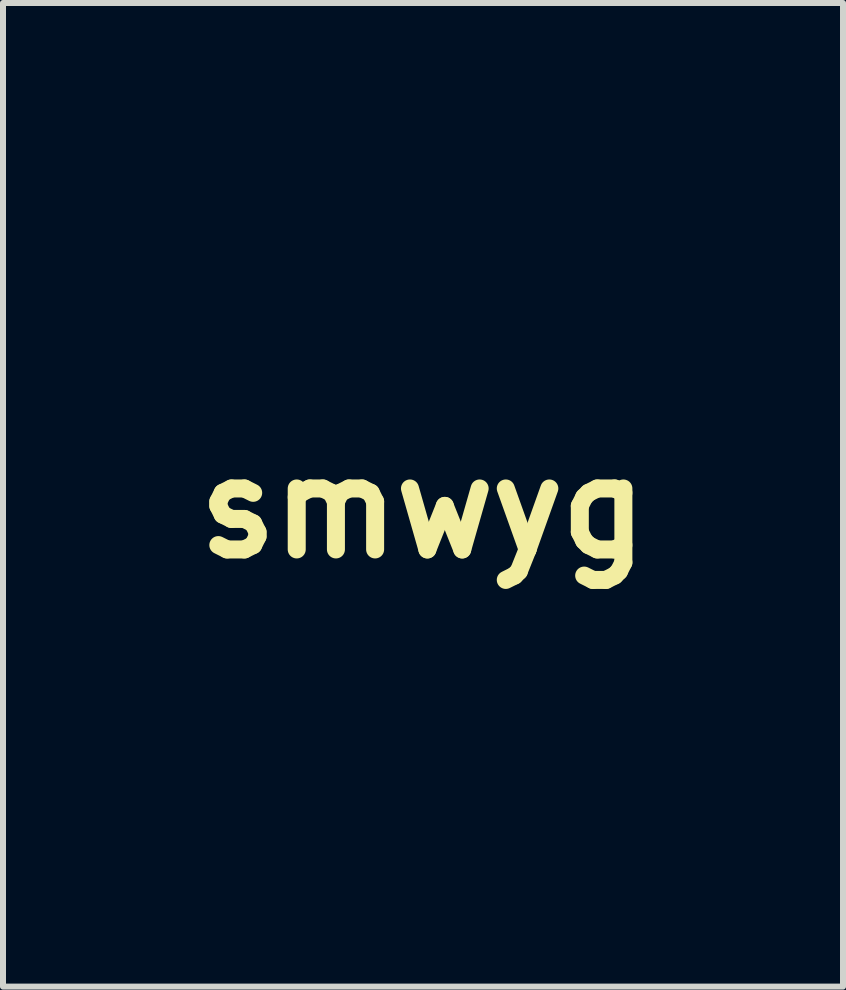
<source format=kicad_pcb>
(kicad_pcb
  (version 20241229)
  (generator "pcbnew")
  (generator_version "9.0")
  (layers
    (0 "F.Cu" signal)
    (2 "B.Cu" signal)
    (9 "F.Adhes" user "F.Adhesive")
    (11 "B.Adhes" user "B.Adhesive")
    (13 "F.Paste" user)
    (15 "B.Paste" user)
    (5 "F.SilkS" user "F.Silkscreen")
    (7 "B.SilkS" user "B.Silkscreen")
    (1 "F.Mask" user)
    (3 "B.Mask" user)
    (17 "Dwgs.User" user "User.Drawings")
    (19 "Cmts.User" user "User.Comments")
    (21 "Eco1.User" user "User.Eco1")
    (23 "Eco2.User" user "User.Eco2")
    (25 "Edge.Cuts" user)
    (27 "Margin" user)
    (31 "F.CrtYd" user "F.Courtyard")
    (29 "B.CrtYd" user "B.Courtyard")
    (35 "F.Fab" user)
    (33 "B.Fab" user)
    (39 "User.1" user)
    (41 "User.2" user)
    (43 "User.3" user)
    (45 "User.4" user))
  (footprint "smwyg"
    (layer "F.Cu")
    (at 3.999 5.416)
    (property "Reference" "smwyg" (at 0 0 0) (layer "F.SilkS") (effects (font (size 1.524 1.524) (thickness 0.3))))
    (attr through_hole)
    (fp_poly (pts (xy -0.521 1.322) (xy -0.508 1.344) (xy -0.527 1.369) (xy -0.572 1.376) (xy -0.622 1.366) (xy -0.635 1.344) (xy -0.616 1.319) (xy -0.572 1.312) (xy -0.521 1.322)) (stroke (width 0.01) (type solid)) (fill yes) (layer "F.Mask"))
    (fp_poly (pts (xy -2.059 -3.925) (xy -2.056 -3.886) (xy -2.075 -3.816) (xy -2.076 -3.813) (xy -2.099 -3.773) (xy -2.127 -3.748) (xy -2.151 -3.744) (xy -2.159 -3.762) (xy -2.151 -3.814) (xy -2.132 -3.871) (xy -2.107 -3.917) (xy -2.085 -3.937) (xy -2.084 -3.937) (xy -2.059 -3.925)) (stroke (width 0.01) (type solid)) (fill yes) (layer "F.Mask"))
    (fp_poly (pts (xy -1.89 -3.93) (xy -1.886 -3.905) (xy -1.898 -3.854) (xy -1.921 -3.786) (xy -1.948 -3.726) (xy -1.976 -3.69) (xy -1.999 -3.683) (xy -2.01 -3.708) (xy -2.011 -3.72) (xy -2.002 -3.768) (xy -1.982 -3.828) (xy -1.954 -3.885) (xy -1.927 -3.925) (xy -1.91 -3.937) (xy -1.89 -3.93)) (stroke (width 0.01) (type solid)) (fill yes) (layer "F.Mask"))
    (fp_poly (pts (xy -2.845 -1.422) (xy -2.837 -1.37) (xy -2.844 -1.28) (xy -2.85 -1.244) (xy -2.868 -1.185) (xy -2.894 -1.164) (xy -2.895 -1.164) (xy -2.914 -1.172) (xy -2.919 -1.203) (xy -2.913 -1.262) (xy -2.905 -1.33) (xy -2.9 -1.386) (xy -2.9 -1.4) (xy -2.886 -1.433) (xy -2.868 -1.439) (xy -2.845 -1.422)) (stroke (width 0.01) (type solid)) (fill yes) (layer "F.Mask"))
    (fp_poly (pts (xy 1.159 -4.655) (xy 1.214 -4.65) (xy 1.241 -4.641) (xy 1.249 -4.625) (xy 1.241 -4.609) (xy 1.213 -4.599) (xy 1.158 -4.594) (xy 1.069 -4.593) (xy 0.979 -4.595) (xy 0.924 -4.599) (xy 0.896 -4.609) (xy 0.889 -4.625) (xy 0.897 -4.641) (xy 0.925 -4.651) (xy 0.98 -4.655) (xy 1.069 -4.657) (xy 1.159 -4.655)) (stroke (width 0.01) (type solid)) (fill yes) (layer "F.Mask"))
    (fp_poly (pts (xy -1.567 -0.395) (xy -1.514 -0.379) (xy -1.43 -0.349) (xy -1.423 -0.347) (xy -1.347 -0.315) (xy -1.293 -0.286) (xy -1.27 -0.263) (xy -1.27 -0.262) (xy -1.282 -0.24) (xy -1.319 -0.237) (xy -1.385 -0.254) (xy -1.476 -0.289) (xy -1.544 -0.321) (xy -1.591 -0.351) (xy -1.609 -0.373) (xy -1.607 -0.391) (xy -1.595 -0.399) (xy -1.567 -0.395)) (stroke (width 0.01) (type solid)) (fill yes) (layer "F.Mask"))
    (fp_poly (pts (xy -2.613 -1.307) (xy -2.608 -1.287) (xy -2.616 -1.245) (xy -2.638 -1.176) (xy -2.669 -1.09) (xy -2.707 -0.947) (xy -2.714 -0.812) (xy -2.691 -0.692) (xy -2.639 -0.593) (xy -2.59 -0.544) (xy -2.553 -0.504) (xy -2.541 -0.468) (xy -2.555 -0.447) (xy -2.569 -0.445) (xy -2.601 -0.458) (xy -2.647 -0.492) (xy -2.663 -0.507) (xy -2.733 -0.602) (xy -2.774 -0.723) (xy -2.786 -0.861) (xy -2.776 -0.96) (xy -2.753 -1.064) (xy -2.724 -1.159) (xy -2.692 -1.238) (xy -2.66 -1.292) (xy -2.631 -1.312) (xy -2.63 -1.312) (xy -2.613 -1.307)) (stroke (width 0.01) (type solid)) (fill yes) (layer "F.Mask"))
    (fp_poly (pts (xy -1.997 -3.655) (xy -1.998 -3.631) (xy -2.011 -3.579) (xy -2.027 -3.531) (xy -2.07 -3.386) (xy -2.09 -3.248) (xy -2.085 -3.133) (xy -2.067 -3.076) (xy -2.031 -3) (xy -1.984 -2.92) (xy -1.978 -2.909) (xy -1.934 -2.839) (xy -1.901 -2.78) (xy -1.885 -2.743) (xy -1.884 -2.738) (xy -1.895 -2.712) (xy -1.923 -2.717) (xy -1.961 -2.751) (xy -1.983 -2.779) (xy -2.051 -2.88) (xy -2.098 -2.958) (xy -2.127 -3.021) (xy -2.145 -3.08) (xy -2.153 -3.144) (xy -2.156 -3.178) (xy -2.154 -3.271) (xy -2.143 -3.367) (xy -2.123 -3.461) (xy -2.097 -3.545) (xy -2.068 -3.611) (xy -2.037 -3.653) (xy -2.009 -3.663) (xy -1.997 -3.655)) (stroke (width 0.01) (type solid)) (fill yes) (layer "F.Mask"))
    (fp_poly (pts (xy -0.661 0.416) (xy -0.659 0.446) (xy -0.681 0.474) (xy -0.693 0.48) (xy -0.837 0.543) (xy -0.951 0.625) (xy -0.987 0.66) (xy -1.072 0.761) (xy -1.122 0.854) (xy -1.142 0.949) (xy -1.143 0.975) (xy -1.136 1.041) (xy -1.108 1.094) (xy -1.074 1.131) (xy -1.01 1.18) (xy -0.923 1.227) (xy -0.828 1.265) (xy -0.743 1.288) (xy -0.708 1.291) (xy -0.666 1.302) (xy -0.656 1.323) (xy -0.675 1.346) (xy -0.725 1.353) (xy -0.8 1.344) (xy -0.889 1.321) (xy -0.983 1.282) (xy -1.072 1.228) (xy -1.143 1.169) (xy -1.18 1.121) (xy -1.207 1.024) (xy -1.202 0.912) (xy -1.169 0.796) (xy -1.111 0.685) (xy -1.045 0.607) (xy -0.986 0.557) (xy -0.91 0.505) (xy -0.83 0.458) (xy -0.755 0.422) (xy -0.7 0.403) (xy -0.689 0.402) (xy -0.661 0.416)) (stroke (width 0.01) (type solid)) (fill yes) (layer "F.Mask"))
    (fp_poly (pts (xy -2.909 -0.372) (xy -2.849 -0.347) (xy -2.781 -0.314) (xy -2.717 -0.278) (xy -2.669 -0.245) (xy -2.646 -0.222) (xy -2.646 -0.219) (xy -2.63 -0.193) (xy -2.618 -0.191) (xy -2.576 -0.171) (xy -2.524 -0.118) (xy -2.467 -0.035) (xy -2.41 0.072) (xy -2.404 0.084) (xy -2.368 0.164) (xy -2.342 0.234) (xy -2.329 0.283) (xy -2.328 0.29) (xy -2.339 0.33) (xy -2.363 0.336) (xy -2.389 0.312) (xy -2.402 0.281) (xy -2.426 0.209) (xy -2.465 0.123) (xy -2.511 0.036) (xy -2.556 -0.039) (xy -2.594 -0.085) (xy -2.63 -0.127) (xy -2.646 -0.161) (xy -2.646 -0.162) (xy -2.66 -0.188) (xy -2.67 -0.191) (xy -2.699 -0.199) (xy -2.755 -0.222) (xy -2.827 -0.254) (xy -2.838 -0.259) (xy -2.916 -0.301) (xy -2.966 -0.337) (xy -2.985 -0.364) (xy -2.97 -0.379) (xy -2.95 -0.381) (xy -2.909 -0.372)) (stroke (width 0.01) (type solid)) (fill yes) (layer "F.Mask"))
    (fp_poly (pts (xy -2.129 -3.723) (xy -2.121 -3.713) (xy -2.122 -3.688) (xy -2.134 -3.642) (xy -2.158 -3.569) (xy -2.193 -3.469) (xy -2.248 -3.318) (xy -2.295 -3.204) (xy -2.333 -3.129) (xy -2.362 -3.093) (xy -2.371 -3.09) (xy -2.39 -3.073) (xy -2.392 -3.06) (xy -2.412 -3.024) (xy -2.469 -2.975) (xy -2.564 -2.915) (xy -2.621 -2.884) (xy -2.741 -2.82) (xy -2.829 -2.778) (xy -2.889 -2.756) (xy -2.924 -2.752) (xy -2.94 -2.766) (xy -2.942 -2.778) (xy -2.924 -2.8) (xy -2.877 -2.832) (xy -2.811 -2.869) (xy -2.799 -2.875) (xy -2.666 -2.943) (xy -2.566 -3.002) (xy -2.491 -3.056) (xy -2.434 -3.114) (xy -2.387 -3.179) (xy -2.346 -3.257) (xy -2.306 -3.346) (xy -2.271 -3.434) (xy -2.247 -3.505) (xy -2.245 -3.514) (xy -2.214 -3.621) (xy -2.186 -3.689) (xy -2.159 -3.722) (xy -2.146 -3.725) (xy -2.129 -3.723)) (stroke (width 0.01) (type solid)) (fill yes) (layer "F.Mask"))
    (fp_poly (pts (xy 2.609 0.459) (xy 2.646 0.487) (xy 2.682 0.518) (xy 2.705 0.529) (xy 2.734 0.545) (xy 2.775 0.586) (xy 2.82 0.641) (xy 2.858 0.698) (xy 2.866 0.713) (xy 2.896 0.817) (xy 2.892 0.931) (xy 2.854 1.043) (xy 2.854 1.043) (xy 2.819 1.106) (xy 2.781 1.151) (xy 2.73 1.188) (xy 2.654 1.228) (xy 2.629 1.239) (xy 2.544 1.272) (xy 2.471 1.289) (xy 2.418 1.288) (xy 2.393 1.269) (xy 2.392 1.262) (xy 2.411 1.238) (xy 2.461 1.22) (xy 2.47 1.218) (xy 2.562 1.19) (xy 2.66 1.143) (xy 2.733 1.096) (xy 2.787 1.03) (xy 2.822 0.943) (xy 2.831 0.855) (xy 2.83 0.846) (xy 2.808 0.777) (xy 2.762 0.697) (xy 2.704 0.621) (xy 2.643 0.561) (xy 2.598 0.534) (xy 2.559 0.508) (xy 2.541 0.477) (xy 2.548 0.451) (xy 2.572 0.445) (xy 2.609 0.459)) (stroke (width 0.01) (type solid)) (fill yes) (layer "F.Mask"))
    (fp_poly (pts (xy -2.248 -2.881) (xy -2.211 -2.846) (xy -2.207 -2.835) (xy -2.19 -2.801) (xy -2.177 -2.794) (xy -2.159 -2.776) (xy -2.133 -2.73) (xy -2.103 -2.669) (xy -2.077 -2.603) (xy -2.058 -2.547) (xy -2.053 -2.516) (xy -2.061 -2.48) (xy -2.081 -2.48) (xy -2.111 -2.512) (xy -2.146 -2.574) (xy -2.164 -2.613) (xy -2.193 -2.684) (xy -2.214 -2.74) (xy -2.222 -2.769) (xy -2.223 -2.77) (xy -2.24 -2.79) (xy -2.283 -2.811) (xy -2.285 -2.812) (xy -2.325 -2.821) (xy -2.366 -2.817) (xy -2.421 -2.796) (xy -2.481 -2.766) (xy -2.551 -2.729) (xy -2.606 -2.697) (xy -2.635 -2.676) (xy -2.635 -2.676) (xy -2.673 -2.645) (xy -2.724 -2.612) (xy -2.771 -2.588) (xy -2.793 -2.582) (xy -2.813 -2.599) (xy -2.815 -2.61) (xy -2.799 -2.641) (xy -2.758 -2.679) (xy -2.709 -2.712) (xy -2.666 -2.73) (xy -2.66 -2.731) (xy -2.625 -2.747) (xy -2.618 -2.759) (xy -2.595 -2.782) (xy -2.544 -2.816) (xy -2.488 -2.846) (xy -2.393 -2.881) (xy -2.311 -2.893) (xy -2.248 -2.881)) (stroke (width 0.01) (type solid)) (fill yes) (layer "F.Mask"))
    (fp_poly (pts (xy -0.284 -4.711) (xy -0.047 -4.697) (xy 0.041 -4.69) (xy 0.175 -4.679) (xy 0.306 -4.669) (xy 0.424 -4.662) (xy 0.518 -4.657) (xy 0.56 -4.656) (xy 0.696 -4.652) (xy 0.793 -4.641) (xy 0.851 -4.623) (xy 0.868 -4.6) (xy 0.862 -4.591) (xy 0.841 -4.584) (xy 0.803 -4.58) (xy 0.744 -4.579) (xy 0.659 -4.582) (xy 0.546 -4.588) (xy 0.401 -4.598) (xy 0.22 -4.611) (xy 0.03 -4.626) (xy -0.16 -4.639) (xy -0.318 -4.644) (xy -0.455 -4.643) (xy -0.573 -4.636) (xy -0.695 -4.624) (xy -0.79 -4.613) (xy -0.872 -4.598) (xy -0.951 -4.577) (xy -1.042 -4.548) (xy -1.156 -4.507) (xy -1.192 -4.494) (xy -1.31 -4.452) (xy -1.394 -4.424) (xy -1.45 -4.409) (xy -1.483 -4.407) (xy -1.499 -4.415) (xy -1.503 -4.434) (xy -1.499 -4.463) (xy -1.496 -4.466) (xy -1.475 -4.473) (xy -1.422 -4.492) (xy -1.344 -4.519) (xy -1.25 -4.553) (xy -1.235 -4.559) (xy -1.045 -4.622) (xy -0.864 -4.667) (xy -0.684 -4.697) (xy -0.493 -4.711) (xy -0.284 -4.711)) (stroke (width 0.01) (type solid)) (fill yes) (layer "F.Mask"))
    (fp_poly (pts (xy 1.67 0.651) (xy 1.887 0.661) (xy 2.073 0.679) (xy 2.126 0.686) (xy 2.257 0.713) (xy 2.374 0.745) (xy 2.471 0.782) (xy 2.541 0.819) (xy 2.578 0.855) (xy 2.582 0.871) (xy 2.576 0.899) (xy 2.554 0.907) (xy 2.509 0.895) (xy 2.435 0.862) (xy 2.425 0.857) (xy 2.345 0.822) (xy 2.261 0.793) (xy 2.167 0.771) (xy 2.058 0.755) (xy 1.928 0.744) (xy 1.771 0.737) (xy 1.582 0.734) (xy 1.429 0.733) (xy 1.103 0.738) (xy 0.789 0.753) (xy 0.491 0.776) (xy 0.214 0.807) (xy -0.039 0.847) (xy -0.263 0.893) (xy -0.453 0.946) (xy -0.59 0.998) (xy -0.672 1.033) (xy -0.723 1.052) (xy -0.75 1.054) (xy -0.76 1.041) (xy -0.762 1.02) (xy -0.742 0.987) (xy -0.687 0.949) (xy -0.604 0.909) (xy -0.498 0.87) (xy -0.376 0.835) (xy -0.339 0.826) (xy -0.128 0.783) (xy 0.108 0.746) (xy 0.363 0.714) (xy 0.63 0.688) (xy 0.902 0.668) (xy 1.17 0.655) (xy 1.429 0.649) (xy 1.67 0.651)) (stroke (width 0.01) (type solid)) (fill yes) (layer "F.Mask"))
    (fp_poly (pts (xy -2.346 -1.959) (xy -2.337 -1.925) (xy -2.332 -1.862) (xy -2.33 -1.765) (xy -2.33 -1.72) (xy -2.327 -1.589) (xy -2.318 -1.48) (xy -2.3 -1.38) (xy -2.269 -1.277) (xy -2.223 -1.158) (xy -2.178 -1.053) (xy -2.121 -0.935) (xy -2.059 -0.823) (xy -1.997 -0.725) (xy -1.937 -0.646) (xy -1.886 -0.593) (xy -1.847 -0.572) (xy -1.845 -0.572) (xy -1.816 -0.557) (xy -1.801 -0.542) (xy -1.766 -0.513) (xy -1.712 -0.482) (xy -1.703 -0.477) (xy -1.656 -0.447) (xy -1.631 -0.417) (xy -1.63 -0.412) (xy -1.641 -0.387) (xy -1.676 -0.387) (xy -1.74 -0.413) (xy -1.762 -0.425) (xy -1.819 -0.461) (xy -1.862 -0.5) (xy -1.868 -0.509) (xy -1.896 -0.541) (xy -1.915 -0.55) (xy -1.945 -0.566) (xy -1.99 -0.609) (xy -2.043 -0.668) (xy -2.097 -0.735) (xy -2.143 -0.802) (xy -2.168 -0.844) (xy -2.269 -1.066) (xy -2.339 -1.271) (xy -2.38 -1.466) (xy -2.392 -1.566) (xy -2.401 -1.716) (xy -2.4 -1.833) (xy -2.391 -1.916) (xy -2.374 -1.961) (xy -2.358 -1.968) (xy -2.346 -1.959)) (stroke (width 0.01) (type solid)) (fill yes) (layer "F.Mask"))
    (fp_poly (pts (xy 2.356 -2.39) (xy 2.383 -2.379) (xy 2.391 -2.349) (xy 2.392 -2.318) (xy 2.387 -2.269) (xy 2.373 -2.244) (xy 2.371 -2.244) (xy 2.352 -2.227) (xy 2.349 -2.212) (xy 2.333 -2.188) (xy 2.295 -2.182) (xy 2.252 -2.193) (xy 2.234 -2.206) (xy 2.274 -2.206) (xy 2.295 -2.203) (xy 2.322 -2.207) (xy 2.323 -2.214) (xy 2.294 -2.219) (xy 2.282 -2.216) (xy 2.274 -2.206) (xy 2.234 -2.206) (xy 2.23 -2.209) (xy 2.197 -2.268) (xy 2.196 -2.275) (xy 2.349 -2.275) (xy 2.36 -2.265) (xy 2.371 -2.275) (xy 2.36 -2.286) (xy 2.349 -2.275) (xy 2.196 -2.275) (xy 2.189 -2.318) (xy 2.201 -2.318) (xy 2.212 -2.307) (xy 2.223 -2.318) (xy 2.212 -2.328) (xy 2.201 -2.318) (xy 2.189 -2.318) (xy 2.187 -2.331) (xy 2.193 -2.357) (xy 2.199 -2.364) (xy 2.272 -2.364) (xy 2.275 -2.351) (xy 2.286 -2.349) (xy 2.303 -2.357) (xy 2.302 -2.36) (xy 2.349 -2.36) (xy 2.36 -2.349) (xy 2.371 -2.36) (xy 2.36 -2.371) (xy 2.349 -2.36) (xy 2.302 -2.36) (xy 2.3 -2.364) (xy 2.275 -2.366) (xy 2.272 -2.364) (xy 2.199 -2.364) (xy 2.218 -2.381) (xy 2.273 -2.391) (xy 2.299 -2.392) (xy 2.356 -2.39)) (stroke (width 0.01) (type solid)) (fill yes) (layer "F.Mask"))
    (fp_poly (pts (xy -0.238 -2.365) (xy -0.203 -2.345) (xy -0.199 -2.303) (xy -0.212 -2.254) (xy -0.231 -2.208) (xy -0.256 -2.186) (xy -0.303 -2.18) (xy -0.328 -2.18) (xy -0.391 -2.185) (xy -0.423 -2.201) (xy -0.426 -2.206) (xy -0.308 -2.206) (xy -0.288 -2.203) (xy -0.26 -2.207) (xy -0.26 -2.214) (xy -0.288 -2.219) (xy -0.3 -2.216) (xy -0.308 -2.206) (xy -0.426 -2.206) (xy -0.433 -2.22) (xy -0.435 -2.263) (xy -0.417 -2.263) (xy -0.413 -2.241) (xy -0.411 -2.237) (xy -0.395 -2.212) (xy -0.385 -2.211) (xy -0.387 -2.234) (xy -0.4 -2.249) (xy -0.406 -2.254) (xy -0.254 -2.254) (xy -0.243 -2.244) (xy -0.233 -2.254) (xy -0.243 -2.265) (xy -0.254 -2.254) (xy -0.406 -2.254) (xy -0.417 -2.263) (xy -0.435 -2.263) (xy -0.435 -2.269) (xy -0.426 -2.309) (xy -0.397 -2.309) (xy -0.394 -2.307) (xy -0.375 -2.322) (xy -0.37 -2.328) (xy -0.366 -2.345) (xy -0.312 -2.345) (xy -0.303 -2.338) (xy -0.275 -2.328) (xy -0.233 -2.315) (xy -0.216 -2.309) (xy -0.218 -2.321) (xy -0.222 -2.328) (xy -0.252 -2.344) (xy -0.282 -2.347) (xy -0.312 -2.345) (xy -0.366 -2.345) (xy -0.365 -2.348) (xy -0.368 -2.349) (xy -0.387 -2.335) (xy -0.392 -2.328) (xy -0.397 -2.309) (xy -0.426 -2.309) (xy -0.424 -2.315) (xy -0.405 -2.35) (xy -0.375 -2.366) (xy -0.317 -2.371) (xy -0.309 -2.371) (xy -0.238 -2.365)) (stroke (width 0.01) (type solid)) (fill yes) (layer "F.Mask"))
    (fp_poly (pts (xy 0.871 -1.76) (xy 0.911 -1.705) (xy 0.963 -1.612) (xy 0.969 -1.601) (xy 1.008 -1.521) (xy 1.038 -1.454) (xy 1.056 -1.409) (xy 1.058 -1.398) (xy 1.065 -1.369) (xy 1.081 -1.309) (xy 1.106 -1.225) (xy 1.137 -1.126) (xy 1.141 -1.115) (xy 1.178 -0.993) (xy 1.215 -0.858) (xy 1.25 -0.72) (xy 1.282 -0.587) (xy 1.307 -0.467) (xy 1.325 -0.369) (xy 1.333 -0.301) (xy 1.334 -0.29) (xy 1.315 -0.227) (xy 1.266 -0.169) (xy 1.2 -0.128) (xy 1.168 -0.119) (xy 0.986 -0.09) (xy 0.797 -0.069) (xy 0.613 -0.057) (xy 0.449 -0.056) (xy 0.349 -0.062) (xy 0.276 -0.072) (xy 0.235 -0.085) (xy 0.217 -0.106) (xy 0.215 -0.114) (xy 0.214 -0.133) (xy 0.225 -0.143) (xy 0.255 -0.148) (xy 0.312 -0.146) (xy 0.404 -0.14) (xy 0.406 -0.14) (xy 0.532 -0.135) (xy 0.668 -0.138) (xy 0.805 -0.148) (xy 0.935 -0.163) (xy 1.051 -0.183) (xy 1.143 -0.206) (xy 1.205 -0.232) (xy 1.22 -0.243) (xy 1.244 -0.288) (xy 1.249 -0.317) (xy 1.243 -0.376) (xy 1.226 -0.467) (xy 1.202 -0.581) (xy 1.171 -0.708) (xy 1.135 -0.84) (xy 1.098 -0.968) (xy 1.08 -1.027) (xy 1.047 -1.13) (xy 1.019 -1.224) (xy 0.997 -1.299) (xy 0.985 -1.344) (xy 0.985 -1.344) (xy 0.969 -1.392) (xy 0.938 -1.465) (xy 0.899 -1.547) (xy 0.888 -1.57) (xy 0.842 -1.661) (xy 0.816 -1.721) (xy 0.808 -1.757) (xy 0.816 -1.773) (xy 0.839 -1.778) (xy 0.842 -1.778) (xy 0.871 -1.76)) (stroke (width 0.01) (type solid)) (fill yes) (layer "F.Mask"))
    (fp_poly (pts (xy 2.398 -3.162) (xy 2.563 -3.098) (xy 2.71 -2.998) (xy 2.834 -2.865) (xy 2.871 -2.811) (xy 2.939 -2.672) (xy 2.991 -2.503) (xy 3.024 -2.314) (xy 3.036 -2.114) (xy 3.027 -1.921) (xy 2.993 -1.717) (xy 2.935 -1.547) (xy 2.85 -1.409) (xy 2.738 -1.302) (xy 2.596 -1.223) (xy 2.421 -1.169) (xy 2.246 -1.143) (xy 2.088 -1.13) (xy 1.962 -1.125) (xy 1.86 -1.129) (xy 1.773 -1.142) (xy 1.732 -1.151) (xy 1.687 -1.169) (xy 1.957 -1.169) (xy 1.977 -1.166) (xy 2.005 -1.17) (xy 2.005 -1.177) (xy 1.977 -1.182) (xy 1.965 -1.179) (xy 1.957 -1.169) (xy 1.687 -1.169) (xy 1.611 -1.199) (xy 1.764 -1.199) (xy 1.767 -1.187) (xy 1.778 -1.185) (xy 1.795 -1.193) (xy 1.795 -1.193) (xy 2.177 -1.193) (xy 2.205 -1.19) (xy 2.212 -1.189) (xy 2.248 -1.192) (xy 2.251 -1.198) (xy 2.249 -1.199) (xy 2.207 -1.203) (xy 2.186 -1.2) (xy 2.177 -1.193) (xy 1.795 -1.193) (xy 1.792 -1.199) (xy 1.767 -1.202) (xy 1.764 -1.199) (xy 1.611 -1.199) (xy 1.596 -1.205) (xy 1.58 -1.217) (xy 1.693 -1.217) (xy 1.704 -1.206) (xy 1.714 -1.217) (xy 1.704 -1.228) (xy 1.693 -1.217) (xy 1.58 -1.217) (xy 1.55 -1.238) (xy 1.651 -1.238) (xy 1.662 -1.228) (xy 1.672 -1.238) (xy 1.662 -1.249) (xy 1.651 -1.238) (xy 1.55 -1.238) (xy 1.52 -1.259) (xy 1.609 -1.259) (xy 1.619 -1.249) (xy 1.63 -1.259) (xy 1.619 -1.27) (xy 1.609 -1.259) (xy 1.52 -1.259) (xy 1.476 -1.291) (xy 1.391 -1.386) (xy 1.471 -1.386) (xy 1.511 -1.339) (xy 1.549 -1.299) (xy 1.565 -1.293) (xy 1.566 -1.298) (xy 1.552 -1.316) (xy 1.519 -1.346) (xy 1.471 -1.386) (xy 1.391 -1.386) (xy 1.369 -1.411) (xy 1.342 -1.454) (xy 1.4 -1.454) (xy 1.406 -1.443) (xy 1.427 -1.42) (xy 1.439 -1.425) (xy 1.439 -1.428) (xy 1.424 -1.445) (xy 1.415 -1.452) (xy 1.4 -1.454) (xy 1.342 -1.454) (xy 1.306 -1.513) (xy 1.355 -1.513) (xy 1.365 -1.503) (xy 1.376 -1.513) (xy 1.365 -1.524) (xy 1.355 -1.513) (xy 1.306 -1.513) (xy 1.28 -1.556) (xy 1.333 -1.556) (xy 1.344 -1.545) (xy 1.355 -1.556) (xy 1.344 -1.566) (xy 1.333 -1.556) (xy 1.28 -1.556) (xy 1.271 -1.57) (xy 1.247 -1.619) (xy 1.291 -1.619) (xy 1.302 -1.609) (xy 1.312 -1.619) (xy 1.302 -1.63) (xy 1.291 -1.619) (xy 1.247 -1.619) (xy 1.23 -1.653) (xy 1.226 -1.662) (xy 1.27 -1.662) (xy 1.281 -1.651) (xy 1.291 -1.662) (xy 1.281 -1.672) (xy 1.27 -1.662) (xy 1.226 -1.662) (xy 1.201 -1.725) (xy 1.249 -1.725) (xy 1.259 -1.714) (xy 1.27 -1.725) (xy 1.259 -1.736) (xy 1.249 -1.725) (xy 1.201 -1.725) (xy 1.184 -1.767) (xy 1.228 -1.767) (xy 1.238 -1.757) (xy 1.249 -1.767) (xy 1.238 -1.778) (xy 1.228 -1.767) (xy 1.184 -1.767) (xy 1.159 -1.831) (xy 1.206 -1.831) (xy 1.217 -1.82) (xy 1.228 -1.831) (xy 1.217 -1.841) (xy 1.206 -1.831) (xy 1.159 -1.831) (xy 1.148 -1.859) (xy 1.144 -1.873) (xy 1.185 -1.873) (xy 1.196 -1.863) (xy 1.206 -1.873) (xy 1.196 -1.884) (xy 1.185 -1.873) (xy 1.144 -1.873) (xy 1.122 -1.958) (xy 1.164 -1.958) (xy 1.175 -1.947) (xy 1.185 -1.958) (xy 1.175 -1.968) (xy 1.164 -1.958) (xy 1.122 -1.958) (xy 1.101 -2.043) (xy 1.143 -2.043) (xy 1.154 -2.032) (xy 1.164 -2.043) (xy 1.154 -2.053) (xy 1.143 -2.043) (xy 1.101 -2.043) (xy 1.097 -2.056) (xy 1.081 -2.212) (xy 1.128 -2.212) (xy 1.129 -2.162) (xy 1.133 -2.143) (xy 1.137 -2.153) (xy 1.141 -2.211) (xy 1.137 -2.259) (xy 1.132 -2.274) (xy 1.129 -2.251) (xy 1.128 -2.212) (xy 1.081 -2.212) (xy 1.078 -2.239) (xy 1.084 -2.313) (xy 1.167 -2.313) (xy 1.168 -2.212) (xy 1.169 -2.186) (xy 1.182 -2.066) (xy 1.206 -1.954) (xy 1.246 -1.837) (xy 1.305 -1.702) (xy 1.328 -1.656) (xy 1.424 -1.495) (xy 1.542 -1.365) (xy 1.676 -1.27) (xy 1.778 -1.225) (xy 1.837 -1.215) (xy 1.927 -1.212) (xy 2.037 -1.215) (xy 2.072 -1.217) (xy 2.392 -1.217) (xy 2.402 -1.206) (xy 2.413 -1.217) (xy 2.402 -1.228) (xy 2.392 -1.217) (xy 2.072 -1.217) (xy 2.157 -1.223) (xy 2.275 -1.235) (xy 2.321 -1.242) (xy 2.462 -1.242) (xy 2.465 -1.229) (xy 2.477 -1.228) (xy 2.494 -1.235) (xy 2.491 -1.242) (xy 2.465 -1.244) (xy 2.462 -1.242) (xy 2.321 -1.242) (xy 2.381 -1.251) (xy 2.42 -1.259) (xy 2.519 -1.259) (xy 2.529 -1.249) (xy 2.54 -1.259) (xy 2.529 -1.27) (xy 2.519 -1.259) (xy 2.42 -1.259) (xy 2.465 -1.27) (xy 2.477 -1.273) (xy 2.496 -1.281) (xy 2.582 -1.281) (xy 2.593 -1.27) (xy 2.603 -1.281) (xy 2.593 -1.291) (xy 2.582 -1.281) (xy 2.496 -1.281) (xy 2.551 -1.302) (xy 2.625 -1.302) (xy 2.635 -1.291) (xy 2.646 -1.302) (xy 2.635 -1.312) (xy 2.625 -1.302) (xy 2.551 -1.302) (xy 2.561 -1.305) (xy 2.62 -1.34) (xy 2.689 -1.34) (xy 2.695 -1.334) (xy 2.695 -1.333) (xy 2.712 -1.348) (xy 2.746 -1.383) (xy 2.764 -1.402) (xy 2.826 -1.471) (xy 2.757 -1.409) (xy 2.709 -1.364) (xy 2.689 -1.34) (xy 2.62 -1.34) (xy 2.63 -1.346) (xy 2.7 -1.406) (xy 2.734 -1.44) (xy 2.802 -1.513) (xy 2.836 -1.513) (xy 2.847 -1.503) (xy 2.857 -1.513) (xy 2.847 -1.524) (xy 2.836 -1.513) (xy 2.802 -1.513) (xy 2.804 -1.515) (xy 2.85 -1.583) (xy 2.875 -1.64) (xy 2.9 -1.64) (xy 2.91 -1.63) (xy 2.921 -1.64) (xy 2.91 -1.651) (xy 2.9 -1.64) (xy 2.875 -1.64) (xy 2.883 -1.659) (xy 2.898 -1.704) (xy 2.921 -1.704) (xy 2.932 -1.693) (xy 2.942 -1.704) (xy 2.932 -1.714) (xy 2.921 -1.704) (xy 2.898 -1.704) (xy 2.898 -1.704) (xy 2.915 -1.778) (xy 2.942 -1.778) (xy 2.95 -1.761) (xy 2.956 -1.764) (xy 2.959 -1.789) (xy 2.956 -1.792) (xy 2.944 -1.789) (xy 2.942 -1.778) (xy 2.915 -1.778) (xy 2.943 -1.905) (xy 2.967 -1.905) (xy 2.97 -1.875) (xy 2.977 -1.879) (xy 2.98 -1.922) (xy 2.977 -1.931) (xy 2.97 -1.934) (xy 2.967 -1.905) (xy 2.943 -1.905) (xy 2.943 -1.905) (xy 2.958 -2.111) (xy 2.945 -2.286) (xy 2.963 -2.286) (xy 2.971 -2.269) (xy 2.977 -2.272) (xy 2.98 -2.297) (xy 2.977 -2.3) (xy 2.965 -2.297) (xy 2.963 -2.286) (xy 2.945 -2.286) (xy 2.943 -2.314) (xy 2.917 -2.434) (xy 2.942 -2.434) (xy 2.95 -2.417) (xy 2.956 -2.42) (xy 2.959 -2.445) (xy 2.956 -2.448) (xy 2.944 -2.445) (xy 2.942 -2.434) (xy 2.917 -2.434) (xy 2.9 -2.507) (xy 2.892 -2.529) (xy 2.921 -2.529) (xy 2.932 -2.519) (xy 2.942 -2.529) (xy 2.932 -2.54) (xy 2.921 -2.529) (xy 2.892 -2.529) (xy 2.867 -2.593) (xy 2.9 -2.593) (xy 2.91 -2.582) (xy 2.921 -2.593) (xy 2.91 -2.603) (xy 2.9 -2.593) (xy 2.867 -2.593) (xy 2.842 -2.656) (xy 2.879 -2.656) (xy 2.889 -2.646) (xy 2.9 -2.656) (xy 2.889 -2.667) (xy 2.879 -2.656) (xy 2.842 -2.656) (xy 2.831 -2.683) (xy 2.821 -2.699) (xy 2.857 -2.699) (xy 2.868 -2.688) (xy 2.879 -2.699) (xy 2.868 -2.709) (xy 2.857 -2.699) (xy 2.821 -2.699) (xy 2.778 -2.767) (xy 2.819 -2.767) (xy 2.824 -2.755) (xy 2.845 -2.732) (xy 2.857 -2.737) (xy 2.857 -2.74) (xy 2.842 -2.758) (xy 2.833 -2.764) (xy 2.819 -2.767) (xy 2.778 -2.767) (xy 2.736 -2.833) (xy 2.701 -2.875) (xy 2.575 -2.981) (xy 2.549 -2.995) (xy 2.635 -2.995) (xy 2.676 -2.947) (xy 2.713 -2.907) (xy 2.729 -2.902) (xy 2.731 -2.907) (xy 2.716 -2.924) (xy 2.683 -2.955) (xy 2.635 -2.995) (xy 2.549 -2.995) (xy 2.507 -3.016) (xy 2.582 -3.016) (xy 2.593 -3.006) (xy 2.603 -3.016) (xy 2.593 -3.027) (xy 2.582 -3.016) (xy 2.507 -3.016) (xy 2.466 -3.037) (xy 2.54 -3.037) (xy 2.551 -3.027) (xy 2.561 -3.037) (xy 2.551 -3.048) (xy 2.54 -3.037) (xy 2.466 -3.037) (xy 2.429 -3.056) (xy 2.42 -3.059) (xy 2.498 -3.059) (xy 2.508 -3.048) (xy 2.519 -3.059) (xy 2.508 -3.069) (xy 2.498 -3.059) (xy 2.42 -3.059) (xy 2.337 -3.08) (xy 2.455 -3.08) (xy 2.466 -3.069) (xy 2.477 -3.08) (xy 2.466 -3.09) (xy 2.455 -3.08) (xy 2.337 -3.08) (xy 2.269 -3.097) (xy 2.107 -3.1) (xy 2.05 -3.091) (xy 1.906 -3.058) (xy 1.786 -3.016) (xy 1.68 -2.959) (xy 1.575 -2.88) (xy 1.459 -2.775) (xy 1.438 -2.753) (xy 1.334 -2.646) (xy 1.259 -2.556) (xy 1.209 -2.477) (xy 1.18 -2.398) (xy 1.167 -2.313) (xy 1.084 -2.313) (xy 1.092 -2.403) (xy 1.097 -2.424) (xy 1.143 -2.424) (xy 1.154 -2.413) (xy 1.164 -2.424) (xy 1.154 -2.434) (xy 1.143 -2.424) (xy 1.097 -2.424) (xy 1.112 -2.481) (xy 1.136 -2.529) (xy 1.185 -2.529) (xy 1.196 -2.519) (xy 1.206 -2.529) (xy 1.196 -2.54) (xy 1.185 -2.529) (xy 1.136 -2.529) (xy 1.149 -2.556) (xy 1.168 -2.584) (xy 1.233 -2.584) (xy 1.236 -2.582) (xy 1.255 -2.597) (xy 1.259 -2.603) (xy 1.265 -2.623) (xy 1.262 -2.625) (xy 1.243 -2.61) (xy 1.238 -2.603) (xy 1.233 -2.584) (xy 1.168 -2.584) (xy 1.212 -2.648) (xy 1.235 -2.678) (xy 1.302 -2.678) (xy 1.402 -2.772) (xy 1.454 -2.821) (xy 1.49 -2.857) (xy 1.503 -2.872) (xy 1.498 -2.877) (xy 1.48 -2.864) (xy 1.444 -2.828) (xy 1.396 -2.778) (xy 1.302 -2.678) (xy 1.235 -2.678) (xy 1.291 -2.747) (xy 1.38 -2.844) (xy 1.465 -2.922) (xy 1.572 -2.922) (xy 1.574 -2.921) (xy 1.594 -2.936) (xy 1.598 -2.942) (xy 1.603 -2.962) (xy 1.601 -2.963) (xy 1.581 -2.948) (xy 1.577 -2.942) (xy 1.572 -2.922) (xy 1.465 -2.922) (xy 1.471 -2.928) (xy 1.501 -2.952) (xy 1.568 -2.995) (xy 1.651 -2.995) (xy 1.662 -2.985) (xy 1.672 -2.995) (xy 1.662 -3.006) (xy 1.651 -2.995) (xy 1.568 -2.995) (xy 1.601 -3.016) (xy 1.693 -3.016) (xy 1.704 -3.006) (xy 1.714 -3.016) (xy 1.704 -3.027) (xy 1.693 -3.016) (xy 1.601 -3.016) (xy 1.633 -3.037) (xy 1.634 -3.037) (xy 1.757 -3.037) (xy 1.767 -3.027) (xy 1.778 -3.037) (xy 1.767 -3.048) (xy 1.757 -3.037) (xy 1.634 -3.037) (xy 1.681 -3.059) (xy 1.799 -3.059) (xy 1.81 -3.048) (xy 1.82 -3.059) (xy 1.81 -3.069) (xy 1.799 -3.059) (xy 1.681 -3.059) (xy 1.728 -3.08) (xy 1.863 -3.08) (xy 1.873 -3.069) (xy 1.884 -3.08) (xy 1.873 -3.09) (xy 1.863 -3.08) (xy 1.728 -3.08) (xy 1.775 -3.101) (xy 1.947 -3.101) (xy 1.958 -3.09) (xy 1.968 -3.101) (xy 1.965 -3.104) (xy 2.378 -3.104) (xy 2.381 -3.092) (xy 2.392 -3.09) (xy 2.409 -3.098) (xy 2.406 -3.104) (xy 2.381 -3.107) (xy 2.378 -3.104) (xy 1.965 -3.104) (xy 1.958 -3.111) (xy 1.947 -3.101) (xy 1.775 -3.101) (xy 1.793 -3.109) (xy 1.847 -3.126) (xy 2.039 -3.126) (xy 2.042 -3.113) (xy 2.053 -3.111) (xy 2.071 -3.119) (xy 2.069 -3.122) (xy 2.286 -3.122) (xy 2.297 -3.111) (xy 2.307 -3.122) (xy 2.297 -3.133) (xy 2.286 -3.122) (xy 2.069 -3.122) (xy 2.067 -3.126) (xy 2.042 -3.128) (xy 2.039 -3.126) (xy 1.847 -3.126) (xy 1.966 -3.162) (xy 2.039 -3.177) (xy 2.222 -3.19) (xy 2.398 -3.162)) (stroke (width 0.01) (type solid)) (fill yes) (layer "F.Mask"))
    (fp_poly (pts (xy -0.523 -3.23) (xy -0.454 -3.217) (xy -0.365 -3.193) (xy -0.307 -3.174) (xy -0.155 -3.123) (xy -0.035 -3.077) (xy 0.059 -3.033) (xy 0.138 -2.985) (xy 0.209 -2.929) (xy 0.246 -2.896) (xy 0.374 -2.766) (xy 0.469 -2.647) (xy 0.533 -2.53) (xy 0.572 -2.405) (xy 0.588 -2.264) (xy 0.587 -2.122) (xy 0.558 -1.885) (xy 0.493 -1.668) (xy 0.393 -1.473) (xy 0.258 -1.302) (xy 0.218 -1.262) (xy 0.11 -1.173) (xy -0.003 -1.107) (xy -0.126 -1.065) (xy -0.267 -1.046) (xy -0.431 -1.047) (xy -0.625 -1.067) (xy -0.705 -1.08) (xy -0.737 -1.086) (xy -0.389 -1.086) (xy -0.36 -1.083) (xy -0.33 -1.086) (xy -0.333 -1.094) (xy -0.377 -1.096) (xy -0.386 -1.094) (xy -0.389 -1.086) (xy -0.737 -1.086) (xy -0.858 -1.109) (xy -0.865 -1.111) (xy -0.508 -1.111) (xy -0.497 -1.101) (xy -0.487 -1.111) (xy -0.49 -1.115) (xy -0.141 -1.115) (xy -0.138 -1.102) (xy -0.127 -1.101) (xy -0.11 -1.108) (xy -0.113 -1.115) (xy -0.138 -1.117) (xy -0.141 -1.115) (xy -0.49 -1.115) (xy -0.497 -1.122) (xy -0.508 -1.111) (xy -0.865 -1.111) (xy -0.95 -1.136) (xy -0.713 -1.136) (xy -0.71 -1.123) (xy -0.699 -1.122) (xy -0.681 -1.13) (xy -0.684 -1.136) (xy -0.71 -1.138) (xy -0.713 -1.136) (xy -0.95 -1.136) (xy -0.979 -1.144) (xy -1.007 -1.157) (xy -0.818 -1.157) (xy -0.816 -1.145) (xy -0.804 -1.143) (xy -0.787 -1.151) (xy -0.79 -1.157) (xy -0.815 -1.16) (xy -0.818 -1.157) (xy -1.007 -1.157) (xy -1.046 -1.175) (xy -0.931 -1.175) (xy -0.921 -1.164) (xy -0.91 -1.175) (xy -0.921 -1.185) (xy -0.931 -1.175) (xy -1.046 -1.175) (xy -1.079 -1.19) (xy -1.15 -1.238) (xy -1.058 -1.238) (xy -1.048 -1.228) (xy -1.037 -1.238) (xy -1.048 -1.249) (xy -1.058 -1.238) (xy -1.15 -1.238) (xy -1.169 -1.252) (xy -1.201 -1.281) (xy -1.122 -1.281) (xy -1.111 -1.27) (xy -1.101 -1.281) (xy -1.111 -1.291) (xy -1.122 -1.281) (xy -1.201 -1.281) (xy -1.26 -1.334) (xy -1.268 -1.342) (xy -1.27 -1.344) (xy -1.206 -1.344) (xy -1.196 -1.333) (xy -1.185 -1.344) (xy -1.196 -1.355) (xy -1.206 -1.344) (xy -1.27 -1.344) (xy -1.353 -1.446) (xy -1.38 -1.497) (xy -1.33 -1.497) (xy -1.325 -1.485) (xy -1.304 -1.462) (xy -1.291 -1.467) (xy -1.291 -1.47) (xy -1.306 -1.488) (xy -1.316 -1.494) (xy -1.33 -1.497) (xy -1.38 -1.497) (xy -1.4 -1.535) (xy -1.355 -1.535) (xy -1.344 -1.524) (xy -1.333 -1.535) (xy -1.344 -1.545) (xy -1.355 -1.535) (xy -1.4 -1.535) (xy -1.417 -1.567) (xy -1.44 -1.64) (xy -1.397 -1.64) (xy -1.386 -1.63) (xy -1.376 -1.64) (xy -1.386 -1.651) (xy -1.397 -1.64) (xy -1.44 -1.64) (xy -1.463 -1.713) (xy -1.464 -1.714) (xy -1.418 -1.714) (xy -1.41 -1.697) (xy -1.404 -1.7) (xy -1.402 -1.726) (xy -1.404 -1.729) (xy -1.417 -1.726) (xy -1.418 -1.714) (xy -1.464 -1.714) (xy -1.477 -1.789) (xy -1.439 -1.789) (xy -1.429 -1.778) (xy -1.418 -1.789) (xy -1.429 -1.799) (xy -1.439 -1.789) (xy -1.477 -1.789) (xy -1.494 -1.89) (xy -1.495 -1.894) (xy -1.46 -1.894) (xy -1.45 -1.884) (xy -1.439 -1.894) (xy -1.45 -1.905) (xy -1.46 -1.894) (xy -1.495 -1.894) (xy -1.501 -1.96) (xy -1.459 -1.96) (xy -1.455 -1.932) (xy -1.448 -1.932) (xy -1.443 -1.96) (xy -1.446 -1.972) (xy -1.455 -1.98) (xy -1.459 -1.96) (xy -1.501 -1.96) (xy -1.505 -1.999) (xy -1.514 -2.222) (xy -1.503 -2.412) (xy -1.502 -2.413) (xy -1.457 -2.413) (xy -1.454 -2.383) (xy -1.446 -2.387) (xy -1.444 -2.43) (xy -1.446 -2.439) (xy -1.454 -2.442) (xy -1.457 -2.413) (xy -1.502 -2.413) (xy -1.49 -2.472) (xy -1.429 -2.472) (xy -1.427 -2.173) (xy -1.421 -1.98) (xy -1.404 -1.822) (xy -1.373 -1.69) (xy -1.328 -1.578) (xy -1.265 -1.479) (xy -1.215 -1.418) (xy -1.09 -1.305) (xy -0.947 -1.226) (xy -0.779 -1.178) (xy -0.771 -1.176) (xy -0.65 -1.154) (xy -0.558 -1.14) (xy -0.479 -1.132) (xy -0.402 -1.129) (xy -0.311 -1.13) (xy -0.281 -1.131) (xy -0.242 -1.132) (xy -0.064 -1.132) (xy -0.053 -1.122) (xy -0.042 -1.132) (xy -0.053 -1.143) (xy -0.064 -1.132) (xy -0.242 -1.132) (xy -0.192 -1.134) (xy -0.13 -1.143) (xy -0.079 -1.16) (xy -0.055 -1.175) (xy 0 -1.175) (xy 0.011 -1.164) (xy 0.021 -1.175) (xy 0.011 -1.185) (xy 0 -1.175) (xy -0.055 -1.175) (xy -0.026 -1.191) (xy -0.002 -1.208) (xy 0.069 -1.208) (xy 0.072 -1.206) (xy 0.091 -1.221) (xy 0.095 -1.228) (xy 0.101 -1.247) (xy 0.098 -1.249) (xy 0.078 -1.234) (xy 0.074 -1.228) (xy 0.069 -1.208) (xy -0.002 -1.208) (xy 0.011 -1.216) (xy 0.077 -1.267) (xy 0.146 -1.328) (xy 0.154 -1.335) (xy 0.217 -1.335) (xy 0.22 -1.333) (xy 0.239 -1.348) (xy 0.243 -1.355) (xy 0.249 -1.374) (xy 0.246 -1.376) (xy 0.227 -1.361) (xy 0.222 -1.355) (xy 0.217 -1.335) (xy 0.154 -1.335) (xy 0.213 -1.393) (xy 0.266 -1.45) (xy 0.296 -1.45) (xy 0.307 -1.439) (xy 0.318 -1.45) (xy 0.307 -1.46) (xy 0.296 -1.45) (xy 0.266 -1.45) (xy 0.269 -1.454) (xy 0.306 -1.502) (xy 0.318 -1.528) (xy 0.32 -1.535) (xy 0.339 -1.535) (xy 0.349 -1.524) (xy 0.36 -1.535) (xy 0.349 -1.545) (xy 0.339 -1.535) (xy 0.32 -1.535) (xy 0.329 -1.558) (xy 0.353 -1.598) (xy 0.381 -1.598) (xy 0.392 -1.587) (xy 0.402 -1.598) (xy 0.392 -1.609) (xy 0.381 -1.598) (xy 0.353 -1.598) (xy 0.357 -1.604) (xy 0.361 -1.61) (xy 0.389 -1.662) (xy 0.423 -1.662) (xy 0.434 -1.651) (xy 0.445 -1.662) (xy 0.434 -1.672) (xy 0.423 -1.662) (xy 0.389 -1.662) (xy 0.407 -1.695) (xy 0.419 -1.725) (xy 0.445 -1.725) (xy 0.455 -1.714) (xy 0.466 -1.725) (xy 0.455 -1.736) (xy 0.445 -1.725) (xy 0.419 -1.725) (xy 0.443 -1.789) (xy 0.466 -1.789) (xy 0.476 -1.778) (xy 0.487 -1.789) (xy 0.476 -1.799) (xy 0.466 -1.789) (xy 0.443 -1.789) (xy 0.451 -1.81) (xy 0.462 -1.852) (xy 0.487 -1.852) (xy 0.497 -1.841) (xy 0.508 -1.852) (xy 0.497 -1.863) (xy 0.487 -1.852) (xy 0.462 -1.852) (xy 0.485 -1.937) (xy 0.508 -1.937) (xy 0.519 -1.926) (xy 0.529 -1.937) (xy 0.519 -1.947) (xy 0.508 -1.937) (xy 0.485 -1.937) (xy 0.487 -1.943) (xy 0.51 -2.069) (xy 0.51 -2.074) (xy 0.533 -2.074) (xy 0.536 -2.044) (xy 0.543 -2.048) (xy 0.546 -2.091) (xy 0.543 -2.101) (xy 0.535 -2.103) (xy 0.533 -2.074) (xy 0.51 -2.074) (xy 0.517 -2.236) (xy 0.501 -2.32) (xy 0.531 -2.32) (xy 0.535 -2.292) (xy 0.542 -2.292) (xy 0.547 -2.32) (xy 0.544 -2.332) (xy 0.534 -2.34) (xy 0.531 -2.32) (xy 0.501 -2.32) (xy 0.488 -2.394) (xy 0.484 -2.402) (xy 0.508 -2.402) (xy 0.519 -2.392) (xy 0.529 -2.402) (xy 0.519 -2.413) (xy 0.508 -2.402) (xy 0.484 -2.402) (xy 0.456 -2.466) (xy 0.487 -2.466) (xy 0.497 -2.455) (xy 0.508 -2.466) (xy 0.497 -2.477) (xy 0.487 -2.466) (xy 0.456 -2.466) (xy 0.428 -2.529) (xy 0.466 -2.529) (xy 0.476 -2.519) (xy 0.487 -2.529) (xy 0.476 -2.54) (xy 0.466 -2.529) (xy 0.428 -2.529) (xy 0.421 -2.545) (xy 0.386 -2.593) (xy 0.423 -2.593) (xy 0.434 -2.582) (xy 0.445 -2.593) (xy 0.434 -2.603) (xy 0.423 -2.593) (xy 0.386 -2.593) (xy 0.323 -2.682) (xy 0.363 -2.682) (xy 0.368 -2.67) (xy 0.39 -2.648) (xy 0.402 -2.652) (xy 0.402 -2.655) (xy 0.387 -2.673) (xy 0.378 -2.68) (xy 0.363 -2.682) (xy 0.323 -2.682) (xy 0.315 -2.693) (xy 0.186 -2.826) (xy 0.128 -2.879) (xy 0.075 -2.92) (xy 0.056 -2.932) (xy 0.106 -2.932) (xy 0.116 -2.921) (xy 0.127 -2.932) (xy 0.116 -2.942) (xy 0.106 -2.932) (xy 0.056 -2.932) (xy 0.019 -2.955) (xy -0.048 -2.987) (xy -0.07 -2.995) (xy 0 -2.995) (xy 0.011 -2.985) (xy 0.021 -2.995) (xy 0.011 -3.006) (xy 0 -2.995) (xy -0.07 -2.995) (xy -0.124 -3.016) (xy -0.042 -3.016) (xy -0.032 -3.006) (xy -0.021 -3.016) (xy -0.032 -3.027) (xy -0.042 -3.016) (xy -0.124 -3.016) (xy -0.135 -3.02) (xy -0.184 -3.037) (xy -0.106 -3.037) (xy -0.095 -3.027) (xy -0.085 -3.037) (xy -0.095 -3.048) (xy -0.106 -3.037) (xy -0.184 -3.037) (xy -0.244 -3.059) (xy -0.148 -3.059) (xy -0.138 -3.048) (xy -0.127 -3.059) (xy -0.138 -3.069) (xy -0.148 -3.059) (xy -0.244 -3.059) (xy -0.25 -3.06) (xy -0.307 -3.08) (xy -0.212 -3.08) (xy -0.201 -3.069) (xy -0.191 -3.08) (xy -0.201 -3.09) (xy -0.212 -3.08) (xy -0.307 -3.08) (xy -0.312 -3.081) (xy -0.375 -3.101) (xy -0.275 -3.101) (xy -0.265 -3.09) (xy -0.254 -3.101) (xy -0.265 -3.111) (xy -0.275 -3.101) (xy -0.375 -3.101) (xy -0.448 -3.123) (xy -0.459 -3.126) (xy -0.353 -3.126) (xy -0.35 -3.113) (xy -0.339 -3.111) (xy -0.321 -3.119) (xy -0.325 -3.126) (xy -0.35 -3.128) (xy -0.353 -3.126) (xy -0.459 -3.126) (xy -0.556 -3.146) (xy -0.647 -3.151) (xy -0.73 -3.137) (xy -0.816 -3.104) (xy -0.867 -3.079) (xy -1.031 -2.982) (xy -1.16 -2.881) (xy -1.262 -2.768) (xy -1.343 -2.638) (xy -1.429 -2.472) (xy -1.49 -2.472) (xy -1.476 -2.54) (xy -1.439 -2.54) (xy -1.432 -2.523) (xy -1.425 -2.526) (xy -1.423 -2.551) (xy -1.425 -2.554) (xy -1.438 -2.551) (xy -1.439 -2.54) (xy -1.476 -2.54) (xy -1.469 -2.573) (xy -1.461 -2.593) (xy -1.418 -2.593) (xy -1.408 -2.582) (xy -1.397 -2.593) (xy -1.408 -2.603) (xy -1.418 -2.593) (xy -1.461 -2.593) (xy -1.444 -2.635) (xy -1.397 -2.635) (xy -1.386 -2.625) (xy -1.376 -2.635) (xy -1.386 -2.646) (xy -1.397 -2.635) (xy -1.444 -2.635) (xy -1.427 -2.678) (xy -1.376 -2.678) (xy -1.365 -2.667) (xy -1.355 -2.678) (xy -1.365 -2.688) (xy -1.376 -2.678) (xy -1.427 -2.678) (xy -1.414 -2.71) (xy -1.406 -2.724) (xy -1.394 -2.741) (xy -1.333 -2.741) (xy -1.323 -2.731) (xy -1.312 -2.741) (xy -1.323 -2.752) (xy -1.333 -2.741) (xy -1.394 -2.741) (xy -1.364 -2.783) (xy -1.312 -2.783) (xy -1.302 -2.773) (xy -1.291 -2.783) (xy -1.302 -2.794) (xy -1.312 -2.783) (xy -1.364 -2.783) (xy -1.309 -2.861) (xy -1.247 -2.922) (xy -1.159 -2.922) (xy -1.156 -2.921) (xy -1.137 -2.936) (xy -1.132 -2.942) (xy -1.127 -2.962) (xy -1.13 -2.963) (xy -1.149 -2.948) (xy -1.154 -2.942) (xy -1.159 -2.922) (xy -1.247 -2.922) (xy -1.182 -2.986) (xy -1.182 -2.986) (xy -1.074 -2.986) (xy -1.071 -2.985) (xy -1.052 -2.999) (xy -1.048 -3.006) (xy -1.042 -3.025) (xy -1.045 -3.027) (xy -1.065 -3.012) (xy -1.069 -3.006) (xy -1.074 -2.986) (xy -1.182 -2.986) (xy -1.11 -3.037) (xy -1.016 -3.037) (xy -1.005 -3.027) (xy -0.995 -3.037) (xy -1.005 -3.048) (xy -1.016 -3.037) (xy -1.11 -3.037) (xy -1.051 -3.08) (xy -0.953 -3.08) (xy -0.942 -3.069) (xy -0.931 -3.08) (xy -0.942 -3.09) (xy -0.953 -3.08) (xy -1.051 -3.08) (xy -1.035 -3.091) (xy -1.016 -3.101) (xy -0.91 -3.101) (xy -0.9 -3.09) (xy -0.889 -3.101) (xy -0.9 -3.111) (xy -0.91 -3.101) (xy -1.016 -3.101) (xy -0.974 -3.122) (xy -0.868 -3.122) (xy -0.857 -3.111) (xy -0.847 -3.122) (xy -0.857 -3.133) (xy -0.868 -3.122) (xy -0.974 -3.122) (xy -0.933 -3.143) (xy -0.826 -3.143) (xy -0.815 -3.133) (xy -0.804 -3.143) (xy -0.815 -3.154) (xy -0.826 -3.143) (xy -0.933 -3.143) (xy -0.891 -3.164) (xy -0.487 -3.164) (xy -0.476 -3.154) (xy -0.466 -3.164) (xy -0.476 -3.175) (xy -0.487 -3.164) (xy -0.891 -3.164) (xy -0.877 -3.171) (xy -0.718 -3.22) (xy -0.656 -3.229) (xy -0.586 -3.233) (xy -0.523 -3.23)) (stroke (width 0.01) (type solid)) (fill yes) (layer "F.Mask"))
    (fp_poly (pts (xy 0.058 -5.395) (xy 0.286 -5.349) (xy 0.519 -5.269) (xy 0.644 -5.215) (xy 0.784 -5.151) (xy 0.89 -5.102) (xy 0.968 -5.067) (xy 1.021 -5.043) (xy 1.056 -5.028) (xy 1.075 -5.02) (xy 1.086 -5.017) (xy 1.089 -5.016) (xy 1.12 -5.005) (xy 1.176 -4.973) (xy 1.249 -4.928) (xy 1.329 -4.874) (xy 1.408 -4.819) (xy 1.477 -4.767) (xy 1.528 -4.724) (xy 1.531 -4.722) (xy 1.587 -4.671) (xy 1.633 -4.633) (xy 1.658 -4.617) (xy 1.707 -4.593) (xy 1.777 -4.548) (xy 1.857 -4.49) (xy 1.936 -4.426) (xy 2.003 -4.366) (xy 2.006 -4.363) (xy 2.073 -4.303) (xy 2.129 -4.267) (xy 2.189 -4.249) (xy 2.209 -4.245) (xy 2.318 -4.217) (xy 2.438 -4.167) (xy 2.561 -4.101) (xy 2.676 -4.024) (xy 2.772 -3.945) (xy 2.84 -3.868) (xy 2.849 -3.854) (xy 2.89 -3.807) (xy 2.939 -3.779) (xy 2.941 -3.778) (xy 2.99 -3.76) (xy 3.055 -3.727) (xy 3.095 -3.704) (xy 3.162 -3.655) (xy 3.201 -3.604) (xy 3.22 -3.554) (xy 3.235 -3.491) (xy 3.231 -3.446) (xy 3.215 -3.411) (xy 3.178 -3.368) (xy 3.137 -3.348) (xy 3.1 -3.339) (xy 3.09 -3.331) (xy 3.095 -3.306) (xy 3.108 -3.245) (xy 3.128 -3.154) (xy 3.154 -3.039) (xy 3.185 -2.905) (xy 3.218 -2.762) (xy 3.262 -2.559) (xy 3.297 -2.377) (xy 3.324 -2.197) (xy 3.347 -2) (xy 3.354 -1.937) (xy 3.386 -1.59) (xy 3.409 -1.277) (xy 3.424 -0.991) (xy 3.429 -0.724) (xy 3.426 -0.469) (xy 3.413 -0.218) (xy 3.392 0.035) (xy 3.361 0.299) (xy 3.337 0.479) (xy 3.307 0.653) (xy 3.271 0.801) (xy 3.223 0.938) (xy 3.159 1.08) (xy 3.139 1.12) (xy 3.099 1.2) (xy 3.068 1.267) (xy 3.051 1.312) (xy 3.048 1.323) (xy 3.034 1.354) (xy 3.003 1.388) (xy 2.951 1.453) (xy 2.896 1.549) (xy 2.845 1.667) (xy 2.801 1.794) (xy 2.769 1.922) (xy 2.765 1.947) (xy 2.744 2.062) (xy 2.722 2.185) (xy 2.7 2.295) (xy 2.696 2.318) (xy 2.677 2.427) (xy 2.659 2.552) (xy 2.646 2.666) (xy 2.646 2.667) (xy 2.635 2.767) (xy 2.622 2.865) (xy 2.608 2.943) (xy 2.606 2.953) (xy 2.596 3.013) (xy 2.585 3.104) (xy 2.574 3.215) (xy 2.564 3.335) (xy 2.562 3.365) (xy 2.543 3.603) (xy 2.52 3.802) (xy 2.493 3.968) (xy 2.461 4.105) (xy 2.421 4.216) (xy 2.373 4.308) (xy 2.315 4.383) (xy 2.273 4.425) (xy 2.211 4.477) (xy 2.14 4.533) (xy 2.068 4.588) (xy 2.003 4.634) (xy 1.954 4.667) (xy 1.931 4.678) (xy 1.901 4.692) (xy 1.886 4.707) (xy 1.853 4.732) (xy 1.79 4.769) (xy 1.707 4.811) (xy 1.614 4.855) (xy 1.52 4.896) (xy 1.435 4.93) (xy 1.422 4.934) (xy 1.379 4.948) (xy 1.339 4.959) (xy 1.296 4.965) (xy 1.242 4.968) (xy 1.172 4.968) (xy 1.078 4.965) (xy 0.953 4.958) (xy 0.836 4.952) (xy 0.706 4.943) (xy 1.155 4.943) (xy 1.178 4.946) (xy 1.217 4.947) (xy 1.267 4.946) (xy 1.286 4.942) (xy 1.276 4.938) (xy 1.218 4.934) (xy 1.17 4.938) (xy 1.155 4.943) (xy 0.706 4.943) (xy 0.679 4.941) (xy 0.539 4.925) (xy 0.509 4.919) (xy 0.73 4.919) (xy 0.742 4.922) (xy 0.789 4.924) (xy 0.857 4.924) (xy 0.934 4.923) (xy 0.98 4.922) (xy 0.991 4.919) (xy 0.98 4.918) (xy 1.341 4.918) (xy 1.343 4.93) (xy 1.355 4.932) (xy 1.372 4.924) (xy 1.369 4.918) (xy 1.344 4.915) (xy 1.341 4.918) (xy 0.98 4.918) (xy 0.969 4.916) (xy 0.885 4.913) (xy 0.79 4.914) (xy 0.757 4.916) (xy 0.73 4.919) (xy 0.509 4.919) (xy 0.406 4.901) (xy 0.401 4.9) (xy 0.529 4.9) (xy 0.54 4.911) (xy 0.55 4.9) (xy 0.547 4.897) (xy 1.404 4.897) (xy 1.407 4.909) (xy 1.418 4.911) (xy 1.436 4.903) (xy 1.432 4.897) (xy 1.407 4.894) (xy 1.404 4.897) (xy 0.547 4.897) (xy 0.54 4.889) (xy 0.529 4.9) (xy 0.401 4.9) (xy 0.336 4.884) (xy 0.411 4.884) (xy 0.432 4.888) (xy 0.46 4.884) (xy 0.46 4.879) (xy 1.482 4.879) (xy 1.492 4.889) (xy 1.503 4.879) (xy 1.492 4.868) (xy 1.482 4.879) (xy 0.46 4.879) (xy 0.46 4.877) (xy 0.432 4.872) (xy 0.419 4.875) (xy 0.411 4.884) (xy 0.336 4.884) (xy 0.269 4.868) (xy 0.221 4.854) (xy 0.346 4.854) (xy 0.349 4.867) (xy 0.36 4.868) (xy 0.377 4.861) (xy 0.374 4.854) (xy 0.349 4.852) (xy 0.346 4.854) (xy 0.221 4.854) (xy 0.161 4.837) (xy 0.275 4.837) (xy 0.286 4.847) (xy 0.296 4.837) (xy 0.286 4.826) (xy 0.275 4.837) (xy 0.161 4.837) (xy 0.115 4.823) (xy 0.092 4.815) (xy 0.169 4.815) (xy 0.18 4.826) (xy 0.191 4.815) (xy 0.212 4.815) (xy 0.222 4.826) (xy 0.233 4.815) (xy 0.222 4.805) (xy 0.212 4.815) (xy 0.191 4.815) (xy 0.18 4.805) (xy 0.169 4.815) (xy 0.092 4.815) (xy 0.017 4.791) (xy 0.113 4.791) (xy 0.116 4.803) (xy 0.127 4.805) (xy 0.144 4.797) (xy 0.141 4.791) (xy 0.116 4.788) (xy 0.113 4.791) (xy 0.017 4.791) (xy -0.037 4.773) (xy 0.042 4.773) (xy 0.053 4.784) (xy 0.064 4.773) (xy 0.053 4.763) (xy 0.042 4.773) (xy -0.037 4.773) (xy -0.065 4.764) (xy -0.074 4.761) (xy -0.097 4.752) (xy 0 4.752) (xy 0.011 4.763) (xy 0.021 4.752) (xy 0.011 4.741) (xy 0 4.752) (xy -0.097 4.752) (xy -0.163 4.727) (xy -0.078 4.727) (xy -0.075 4.74) (xy -0.064 4.741) (xy -0.046 4.734) (xy -0.049 4.727) (xy -0.075 4.725) (xy -0.078 4.727) (xy -0.163 4.727) (xy -0.21 4.71) (xy -0.148 4.71) (xy -0.138 4.72) (xy -0.127 4.71) (xy -0.138 4.699) (xy -0.148 4.71) (xy -0.21 4.71) (xy -0.259 4.691) (xy -0.319 4.664) (xy -0.247 4.664) (xy -0.244 4.676) (xy -0.233 4.678) (xy -0.215 4.67) (xy -0.219 4.664) (xy -0.244 4.661) (xy -0.247 4.664) (xy -0.319 4.664) (xy -0.414 4.62) (xy -0.335 4.62) (xy -0.33 4.632) (xy -0.309 4.655) (xy -0.297 4.65) (xy -0.296 4.647) (xy -0.311 4.629) (xy -0.321 4.623) (xy -0.335 4.62) (xy -0.414 4.62) (xy -0.421 4.617) (xy -0.445 4.604) (xy -0.381 4.604) (xy -0.37 4.614) (xy -0.36 4.604) (xy -0.37 4.593) (xy -0.381 4.604) (xy -0.445 4.604) (xy -0.528 4.557) (xy -0.462 4.557) (xy -0.457 4.569) (xy -0.436 4.591) (xy -0.424 4.587) (xy -0.423 4.584) (xy -0.438 4.566) (xy -0.448 4.559) (xy -0.462 4.557) (xy -0.528 4.557) (xy -0.554 4.543) (xy -0.557 4.54) (xy -0.508 4.54) (xy -0.497 4.551) (xy -0.487 4.54) (xy -0.497 4.53) (xy -0.508 4.54) (xy -0.557 4.54) (xy -0.585 4.519) (xy -0.55 4.519) (xy -0.54 4.53) (xy -0.529 4.519) (xy -0.54 4.508) (xy -0.55 4.519) (xy -0.585 4.519) (xy -0.651 4.47) (xy -0.667 4.456) (xy -0.733 4.393) (xy -0.734 4.392) (xy -0.688 4.392) (xy -0.648 4.44) (xy -0.61 4.48) (xy -0.594 4.485) (xy -0.593 4.48) (xy -0.607 4.463) (xy -0.64 4.432) (xy -0.688 4.392) (xy -0.734 4.392) (xy -0.812 4.325) (xy -0.857 4.288) (xy -0.971 4.19) (xy -0.98 4.18) (xy -0.953 4.18) (xy -0.942 4.191) (xy -0.938 4.187) (xy -0.921 4.187) (xy -0.836 4.263) (xy -0.783 4.309) (xy -0.755 4.332) (xy -0.743 4.337) (xy -0.741 4.33) (xy -0.756 4.314) (xy -0.796 4.281) (xy -0.831 4.254) (xy -0.921 4.187) (xy -0.938 4.187) (xy -0.931 4.18) (xy -0.942 4.17) (xy -0.953 4.18) (xy -0.98 4.18) (xy -1.02 4.138) (xy -0.995 4.138) (xy -0.984 4.149) (xy -0.974 4.138) (xy -0.984 4.128) (xy -0.995 4.138) (xy -1.02 4.138) (xy -1.081 4.075) (xy -1.098 4.053) (xy -1.079 4.053) (xy -1.069 4.064) (xy -1.058 4.053) (xy -1.069 4.043) (xy -1.079 4.053) (xy -1.098 4.053) (xy -1.17 3.964) (xy -1.14 3.964) (xy -1.134 3.976) (xy -1.113 3.999) (xy -1.101 3.994) (xy -1.101 3.991) (xy -1.116 3.973) (xy -1.125 3.967) (xy -1.14 3.964) (xy -1.17 3.964) (xy -1.191 3.938) (xy -1.236 3.874) (xy -1.205 3.874) (xy -1.2 3.885) (xy -1.188 3.9) (xy -1.157 3.933) (xy -1.143 3.933) (xy -1.143 3.929) (xy -1.157 3.911) (xy -1.18 3.892) (xy -1.205 3.874) (xy -1.236 3.874) (xy -1.305 3.774) (xy -1.319 3.753) (xy -1.288 3.753) (xy -1.283 3.764) (xy -1.261 3.787) (xy -1.249 3.782) (xy -1.249 3.779) (xy -1.264 3.762) (xy -1.273 3.755) (xy -1.288 3.753) (xy -1.319 3.753) (xy -1.342 3.715) (xy -1.312 3.715) (xy -1.302 3.725) (xy -1.291 3.715) (xy -1.302 3.704) (xy -1.312 3.715) (xy -1.342 3.715) (xy -1.382 3.651) (xy -1.355 3.651) (xy -1.344 3.662) (xy -1.333 3.651) (xy -1.344 3.641) (xy -1.355 3.651) (xy -1.382 3.651) (xy -1.425 3.583) (xy -1.394 3.583) (xy -1.388 3.595) (xy -1.367 3.618) (xy -1.355 3.613) (xy -1.355 3.61) (xy -1.37 3.592) (xy -1.379 3.586) (xy -1.394 3.583) (xy -1.425 3.583) (xy -1.428 3.578) (xy -1.447 3.545) (xy -1.418 3.545) (xy -1.408 3.556) (xy -1.397 3.545) (xy -1.408 3.535) (xy -1.418 3.545) (xy -1.447 3.545) (xy -1.484 3.482) (xy -1.46 3.482) (xy -1.45 3.493) (xy -1.439 3.482) (xy -1.45 3.471) (xy -1.46 3.482) (xy -1.484 3.482) (xy -1.497 3.461) (xy -1.509 3.44) (xy -1.482 3.44) (xy -1.471 3.45) (xy -1.46 3.44) (xy -1.471 3.429) (xy -1.482 3.44) (xy -1.509 3.44) (xy -1.532 3.397) (xy -1.503 3.397) (xy -1.492 3.408) (xy -1.482 3.397) (xy -1.492 3.387) (xy -1.503 3.397) (xy -1.532 3.397) (xy -1.55 3.366) (xy -1.567 3.334) (xy -1.545 3.334) (xy -1.535 3.344) (xy -1.524 3.334) (xy -1.535 3.323) (xy -1.545 3.334) (xy -1.567 3.334) (xy -1.59 3.291) (xy -1.566 3.291) (xy -1.556 3.302) (xy -1.545 3.291) (xy -1.556 3.281) (xy -1.566 3.291) (xy -1.59 3.291) (xy -1.612 3.249) (xy -1.587 3.249) (xy -1.577 3.26) (xy -1.566 3.249) (xy -1.577 3.239) (xy -1.587 3.249) (xy -1.612 3.249) (xy -1.613 3.248) (xy -1.634 3.207) (xy -1.609 3.207) (xy -1.598 3.217) (xy -1.587 3.207) (xy -1.598 3.196) (xy -1.609 3.207) (xy -1.634 3.207) (xy -1.656 3.164) (xy -1.63 3.164) (xy -1.619 3.175) (xy -1.609 3.164) (xy -1.619 3.154) (xy -1.63 3.164) (xy -1.656 3.164) (xy -1.679 3.122) (xy -1.651 3.122) (xy -1.64 3.133) (xy -1.63 3.122) (xy -1.64 3.111) (xy -1.651 3.122) (xy -1.679 3.122) (xy -1.684 3.112) (xy -1.7 3.08) (xy -1.672 3.08) (xy -1.662 3.09) (xy -1.651 3.08) (xy -1.662 3.069) (xy -1.672 3.08) (xy -1.7 3.08) (xy -1.735 3.012) (xy -1.711 3.012) (xy -1.706 3.024) (xy -1.685 3.046) (xy -1.672 3.042) (xy -1.672 3.039) (xy -1.687 3.021) (xy -1.697 3.014) (xy -1.711 3.012) (xy -1.735 3.012) (xy -1.759 2.965) (xy -1.76 2.963) (xy -1.736 2.963) (xy -1.728 2.981) (xy -1.722 2.977) (xy -1.719 2.952) (xy -1.722 2.949) (xy -1.734 2.952) (xy -1.736 2.963) (xy -1.76 2.963) (xy -1.786 2.91) (xy -1.757 2.91) (xy -1.746 2.921) (xy -1.736 2.91) (xy -1.746 2.9) (xy -1.757 2.91) (xy -1.786 2.91) (xy -1.829 2.826) (xy -1.799 2.826) (xy -1.789 2.836) (xy -1.778 2.826) (xy -1.789 2.815) (xy -1.799 2.826) (xy -1.829 2.826) (xy -1.836 2.812) (xy -1.906 2.669) (xy -1.878 2.669) (xy -1.873 2.69) (xy -1.872 2.694) (xy -1.855 2.72) (xy -1.846 2.72) (xy -1.848 2.698) (xy -1.86 2.683) (xy -1.878 2.669) (xy -1.906 2.669) (xy -1.911 2.659) (xy -1.943 2.593) (xy -1.926 2.593) (xy -1.916 2.603) (xy -1.905 2.593) (xy -1.916 2.582) (xy -1.926 2.593) (xy -1.943 2.593) (xy -1.969 2.54) (xy -1.947 2.54) (xy -1.94 2.557) (xy -1.933 2.554) (xy -1.931 2.529) (xy -1.933 2.526) (xy -1.946 2.529) (xy -1.947 2.54) (xy -1.969 2.54) (xy -1.982 2.513) (xy -1.995 2.487) (xy -1.968 2.487) (xy -1.958 2.498) (xy -1.947 2.487) (xy -1.958 2.477) (xy -1.968 2.487) (xy -1.995 2.487) (xy -2.02 2.434) (xy -1.99 2.434) (xy -1.982 2.452) (xy -1.976 2.448) (xy -1.973 2.423) (xy -1.976 2.42) (xy -1.988 2.423) (xy -1.99 2.434) (xy -2.02 2.434) (xy -2.047 2.378) (xy -2.055 2.36) (xy -2.032 2.36) (xy -2.021 2.371) (xy -2.011 2.36) (xy -2.021 2.349) (xy -2.032 2.36) (xy -2.055 2.36) (xy -2.075 2.318) (xy -2.053 2.318) (xy -2.043 2.328) (xy -2.032 2.318) (xy -2.043 2.307) (xy -2.053 2.318) (xy -2.075 2.318) (xy -2.094 2.275) (xy -2.074 2.275) (xy -2.064 2.286) (xy -2.053 2.275) (xy -2.064 2.265) (xy -2.074 2.275) (xy -2.094 2.275) (xy -2.101 2.262) (xy -2.113 2.233) (xy -2.095 2.233) (xy -2.085 2.244) (xy -2.074 2.233) (xy -2.085 2.223) (xy -2.095 2.233) (xy -2.113 2.233) (xy -2.141 2.17) (xy -2.117 2.17) (xy -2.106 2.18) (xy -2.095 2.17) (xy -2.106 2.159) (xy -2.117 2.17) (xy -2.141 2.17) (xy -2.141 2.169) (xy -2.163 2.117) (xy -2.138 2.117) (xy -2.13 2.134) (xy -2.124 2.131) (xy -2.121 2.106) (xy -2.124 2.103) (xy -2.136 2.105) (xy -2.138 2.117) (xy -2.163 2.117) (xy -2.167 2.107) (xy -2.17 2.095) (xy -2.183 2.064) (xy -2.159 2.064) (xy -2.148 2.074) (xy -2.138 2.064) (xy -2.148 2.053) (xy -2.159 2.064) (xy -2.183 2.064) (xy -2.195 2.035) (xy -2.239 1.953) (xy -2.254 1.928) (xy -2.217 1.928) (xy -2.212 1.95) (xy -2.211 1.954) (xy -2.194 1.979) (xy -2.184 1.98) (xy -2.187 1.957) (xy -2.199 1.942) (xy -2.217 1.928) (xy -2.254 1.928) (xy -2.274 1.894) (xy -2.244 1.894) (xy -2.233 1.905) (xy -2.223 1.894) (xy -2.233 1.884) (xy -2.244 1.894) (xy -2.274 1.894) (xy -2.296 1.856) (xy -2.356 1.763) (xy -2.325 1.763) (xy -2.32 1.775) (xy -2.298 1.797) (xy -2.286 1.793) (xy -2.286 1.79) (xy -2.301 1.772) (xy -2.31 1.765) (xy -2.325 1.763) (xy -2.356 1.763) (xy -2.363 1.751) (xy -2.38 1.725) (xy -2.349 1.725) (xy -2.339 1.736) (xy -2.328 1.725) (xy -2.339 1.714) (xy -2.349 1.725) (xy -2.38 1.725) (xy -2.426 1.657) (xy -2.388 1.657) (xy -2.383 1.669) (xy -2.362 1.692) (xy -2.35 1.687) (xy -2.349 1.684) (xy -2.365 1.666) (xy -2.374 1.66) (xy -2.388 1.657) (xy -2.426 1.657) (xy -2.435 1.644) (xy -2.452 1.619) (xy -2.413 1.619) (xy -2.402 1.63) (xy -2.392 1.619) (xy -2.402 1.609) (xy -2.413 1.619) (xy -2.452 1.619) (xy -2.506 1.543) (xy -2.512 1.535) (xy -2.477 1.535) (xy -2.466 1.545) (xy -2.455 1.535) (xy -2.466 1.524) (xy -2.477 1.535) (xy -2.512 1.535) (xy -2.573 1.454) (xy -2.597 1.424) (xy -2.558 1.424) (xy -2.553 1.436) (xy -2.531 1.459) (xy -2.519 1.454) (xy -2.519 1.451) (xy -2.534 1.433) (xy -2.543 1.427) (xy -2.558 1.424) (xy -2.597 1.424) (xy -2.631 1.384) (xy -2.653 1.361) (xy -2.6 1.361) (xy -2.595 1.373) (xy -2.574 1.395) (xy -2.561 1.391) (xy -2.561 1.388) (xy -2.576 1.37) (xy -2.586 1.363) (xy -2.6 1.361) (xy -2.653 1.361) (xy -2.674 1.34) (xy -2.691 1.329) (xy -2.724 1.301) (xy -2.731 1.279) (xy -2.732 1.276) (xy -2.706 1.276) (xy -2.701 1.288) (xy -2.679 1.311) (xy -2.667 1.306) (xy -2.667 1.303) (xy -2.682 1.285) (xy -2.691 1.279) (xy -2.706 1.276) (xy -2.732 1.276) (xy -2.743 1.242) (xy -2.774 1.19) (xy -2.791 1.167) (xy -2.804 1.149) (xy -2.769 1.149) (xy -2.764 1.161) (xy -2.743 1.184) (xy -2.731 1.179) (xy -2.731 1.176) (xy -2.746 1.158) (xy -2.755 1.152) (xy -2.769 1.149) (xy -2.804 1.149) (xy -2.83 1.112) (xy -2.863 1.058) (xy -2.835 1.058) (xy -2.83 1.069) (xy -2.818 1.085) (xy -2.787 1.118) (xy -2.773 1.118) (xy -2.773 1.114) (xy -2.787 1.096) (xy -2.81 1.077) (xy -2.835 1.058) (xy -2.863 1.058) (xy -2.878 1.034) (xy -2.882 1.027) (xy -2.857 1.027) (xy -2.847 1.037) (xy -2.836 1.027) (xy -2.847 1.016) (xy -2.857 1.027) (xy -2.882 1.027) (xy -2.921 0.959) (xy -2.896 0.959) (xy -2.891 0.97) (xy -2.87 0.993) (xy -2.858 0.988) (xy -2.857 0.985) (xy -2.873 0.968) (xy -2.882 0.961) (xy -2.896 0.959) (xy -2.921 0.959) (xy -2.928 0.946) (xy -2.942 0.921) (xy -2.965 0.879) (xy -2.937 0.879) (xy -2.932 0.888) (xy -2.912 0.909) (xy -2.909 0.894) (xy -2.914 0.878) (xy -2.929 0.854) (xy -2.936 0.855) (xy -2.937 0.879) (xy -2.965 0.879) (xy -2.985 0.841) (xy -3.013 0.794) (xy -2.985 0.794) (xy -2.974 0.804) (xy -2.963 0.794) (xy -2.974 0.783) (xy -2.985 0.794) (xy -3.013 0.794) (xy -3.025 0.773) (xy -3.038 0.751) (xy -3.006 0.751) (xy -2.995 0.762) (xy -2.985 0.751) (xy -2.995 0.741) (xy -3.006 0.751) (xy -3.038 0.751) (xy -3.054 0.728) (xy -3.061 0.718) (xy -3.085 0.684) (xy -3.09 0.668) (xy -3.098 0.639) (xy -3.11 0.609) (xy -3.082 0.609) (xy -3.076 0.63) (xy -3.056 0.672) (xy -3.031 0.707) (xy -3.015 0.72) (xy -3.019 0.703) (xy -3.037 0.663) (xy -3.041 0.656) (xy -3.066 0.61) (xy -3.082 0.593) (xy -3.082 0.609) (xy -3.11 0.609) (xy -3.117 0.591) (xy -3.12 0.585) (xy -3.15 0.508) (xy -3.133 0.508) (xy -3.125 0.525) (xy -3.119 0.522) (xy -3.116 0.497) (xy -3.119 0.494) (xy -3.131 0.497) (xy -3.133 0.508) (xy -3.15 0.508) (xy -3.175 0.446) (xy -3.179 0.434) (xy -3.154 0.434) (xy -3.143 0.445) (xy -3.133 0.434) (xy -3.143 0.423) (xy -3.154 0.434) (xy -3.179 0.434) (xy -3.199 0.37) (xy -3.175 0.37) (xy -3.164 0.381) (xy -3.154 0.37) (xy -3.164 0.36) (xy -3.175 0.37) (xy -3.199 0.37) (xy -3.216 0.318) (xy -3.196 0.318) (xy -3.188 0.335) (xy -3.182 0.332) (xy -3.18 0.306) (xy -3.182 0.303) (xy -3.195 0.306) (xy -3.196 0.318) (xy -3.216 0.318) (xy -3.217 0.315) (xy -3.229 0.265) (xy -3.217 0.265) (xy -3.207 0.275) (xy -3.196 0.265) (xy -3.207 0.254) (xy -3.217 0.265) (xy -3.229 0.265) (xy -3.238 0.222) (xy -3.217 0.222) (xy -3.207 0.233) (xy -3.196 0.222) (xy -3.207 0.212) (xy -3.217 0.222) (xy -3.238 0.222) (xy -3.24 0.212) (xy -3.267 0.052) (xy -3.28 -0.011) (xy -3.256 -0.011) (xy -3.253 0.026) (xy -3.247 0.029) (xy -3.246 0.027) (xy -3.242 -0.015) (xy -3.245 -0.037) (xy -3.252 -0.045) (xy -3.255 -0.017) (xy -3.256 -0.011) (xy -3.28 -0.011) (xy -3.293 -0.072) (xy -3.305 -0.118) (xy -3.279 -0.118) (xy -3.275 -0.091) (xy -3.268 -0.09) (xy -3.263 -0.119) (xy -3.266 -0.131) (xy -3.276 -0.139) (xy -3.279 -0.118) (xy -3.305 -0.118) (xy -3.318 -0.168) (xy -3.346 -0.242) (xy -3.346 -0.243) (xy -3.323 -0.243) (xy -3.313 -0.233) (xy -3.302 -0.243) (xy -3.313 -0.254) (xy -3.323 -0.243) (xy -3.346 -0.243) (xy -3.351 -0.254) (xy -3.363 -0.278) (xy -3.372 -0.299) (xy -3.38 -0.322) (xy -3.385 -0.349) (xy -3.365 -0.349) (xy -3.355 -0.339) (xy -3.344 -0.349) (xy -3.355 -0.36) (xy -3.365 -0.349) (xy -3.385 -0.349) (xy -3.386 -0.351) (xy -3.391 -0.391) (xy -3.396 -0.444) (xy -3.4 -0.516) (xy -3.4 -0.529) (xy -3.381 -0.529) (xy -3.379 -0.483) (xy -3.375 -0.471) (xy -3.372 -0.482) (xy -3.368 -0.543) (xy -3.372 -0.577) (xy -3.377 -0.587) (xy -3.38 -0.56) (xy -3.381 -0.529) (xy -3.4 -0.529) (xy -3.403 -0.611) (xy -3.407 -0.731) (xy -3.41 -0.836) (xy -3.381 -0.836) (xy -3.38 -0.793) (xy -3.375 -0.781) (xy -3.372 -0.788) (xy -3.368 -0.839) (xy -3.372 -0.873) (xy -3.377 -0.885) (xy -3.381 -0.859) (xy -3.381 -0.836) (xy -3.41 -0.836) (xy -3.411 -0.883) (xy -3.414 -0.995) (xy -3.403 -0.995) (xy -3.401 -0.956) (xy -3.395 -0.952) (xy -3.393 -0.958) (xy -3.39 -1.011) (xy -3.393 -1.032) (xy -3.399 -1.038) (xy -3.403 -1.009) (xy -3.403 -0.995) (xy -3.414 -0.995) (xy -3.416 -1.069) (xy -3.421 -1.257) (xy -3.422 -1.365) (xy -3.33 -1.365) (xy -3.33 -1.217) (xy -3.328 -1.081) (xy -3.324 -0.963) (xy -3.317 -0.873) (xy -3.311 -0.826) (xy -3.29 -0.732) (xy -3.194 -0.831) (xy -3.13 -0.902) (xy -3.069 -0.979) (xy -3.036 -1.026) (xy -2.993 -1.085) (xy -2.955 -1.117) (xy -2.93 -1.12) (xy -2.921 -1.094) (xy -2.934 -1.056) (xy -2.97 -0.996) (xy -3.021 -0.922) (xy -3.082 -0.844) (xy -3.145 -0.77) (xy -3.198 -0.716) (xy -3.254 -0.661) (xy -3.285 -0.62) (xy -3.299 -0.579) (xy -3.302 -0.523) (xy -3.302 -0.509) (xy -3.288 -0.396) (xy -3.259 -0.316) (xy -3.237 -0.26) (xy -3.213 -0.175) (xy -3.189 -0.073) (xy -3.174 0.003) (xy -3.137 0.176) (xy -3.094 0.336) (xy -3.047 0.474) (xy -2.998 0.581) (xy -2.988 0.6) (xy -2.959 0.65) (xy -2.918 0.724) (xy -2.873 0.808) (xy -2.86 0.833) (xy -2.803 0.931) (xy -2.733 1.041) (xy -2.663 1.142) (xy -2.651 1.158) (xy -2.544 1.299) (xy -2.46 1.412) (xy -2.395 1.5) (xy -2.346 1.568) (xy -2.309 1.623) (xy -2.282 1.667) (xy -2.26 1.706) (xy -2.253 1.718) (xy -2.221 1.777) (xy -2.193 1.818) (xy -2.183 1.829) (xy -2.166 1.853) (xy -2.139 1.907) (xy -2.106 1.979) (xy -2.095 2.006) (xy -2.041 2.13) (xy -1.972 2.28) (xy -1.891 2.449) (xy -1.803 2.629) (xy -1.71 2.813) (xy -1.617 2.994) (xy -1.527 3.165) (xy -1.444 3.319) (xy -1.371 3.447) (xy -1.318 3.535) (xy -1.218 3.691) (xy -1.135 3.816) (xy -1.064 3.915) (xy -1.002 3.994) (xy -0.943 4.058) (xy -0.884 4.113) (xy -0.841 4.149) (xy -0.76 4.215) (xy -0.679 4.284) (xy -0.613 4.344) (xy -0.603 4.354) (xy -0.506 4.43) (xy -0.374 4.508) (xy -0.213 4.584) (xy -0.03 4.656) (xy 0.17 4.722) (xy 0.378 4.779) (xy 0.589 4.824) (xy 0.773 4.854) (xy 0.82 4.858) (xy 0.898 4.861) (xy 0.994 4.864) (xy 1.058 4.865) (xy 1.163 4.865) (xy 1.24 4.861) (xy 1.259 4.858) (xy 1.524 4.858) (xy 1.535 4.868) (xy 1.545 4.858) (xy 1.535 4.847) (xy 1.524 4.858) (xy 1.259 4.858) (xy 1.304 4.85) (xy 1.37 4.83) (xy 1.411 4.814) (xy 1.612 4.814) (xy 1.617 4.825) (xy 1.629 4.826) (xy 1.657 4.811) (xy 1.661 4.805) (xy 1.658 4.793) (xy 1.642 4.797) (xy 1.612 4.814) (xy 1.411 4.814) (xy 1.452 4.798) (xy 1.453 4.798) (xy 1.557 4.75) (xy 1.739 4.75) (xy 1.744 4.761) (xy 1.756 4.763) (xy 1.784 4.747) (xy 1.788 4.742) (xy 1.785 4.73) (xy 1.769 4.733) (xy 1.739 4.75) (xy 1.557 4.75) (xy 1.607 4.727) (xy 1.751 4.649) (xy 1.926 4.649) (xy 1.936 4.655) (xy 1.965 4.628) (xy 1.971 4.62) (xy 1.99 4.595) (xy 1.979 4.6) (xy 1.963 4.612) (xy 1.934 4.638) (xy 1.926 4.649) (xy 1.751 4.649) (xy 1.762 4.642) (xy 1.912 4.548) (xy 1.968 4.507) (xy 2.122 4.507) (xy 2.125 4.508) (xy 2.144 4.494) (xy 2.148 4.487) (xy 2.154 4.468) (xy 2.151 4.466) (xy 2.182 4.466) (xy 2.202 4.452) (xy 2.24 4.416) (xy 2.275 4.381) (xy 2.318 4.336) (xy 2.344 4.305) (xy 2.348 4.297) (xy 2.328 4.311) (xy 2.289 4.347) (xy 2.254 4.381) (xy 2.211 4.427) (xy 2.186 4.458) (xy 2.182 4.466) (xy 2.151 4.466) (xy 2.132 4.481) (xy 2.127 4.487) (xy 2.122 4.507) (xy 1.968 4.507) (xy 2.049 4.449) (xy 2.166 4.349) (xy 2.248 4.265) (xy 2.349 4.265) (xy 2.36 4.276) (xy 2.371 4.265) (xy 2.36 4.255) (xy 2.349 4.265) (xy 2.248 4.265) (xy 2.257 4.256) (xy 2.301 4.192) (xy 2.392 4.192) (xy 2.399 4.211) (xy 2.414 4.195) (xy 2.421 4.179) (xy 2.423 4.157) (xy 2.413 4.159) (xy 2.393 4.186) (xy 2.392 4.192) (xy 2.301 4.192) (xy 2.311 4.179) (xy 2.34 4.106) (xy 2.355 4.053) (xy 2.434 4.053) (xy 2.445 4.064) (xy 2.455 4.053) (xy 2.445 4.043) (xy 2.434 4.053) (xy 2.355 4.053) (xy 2.37 4.002) (xy 2.373 3.99) (xy 2.455 3.99) (xy 2.466 4) (xy 2.477 3.99) (xy 2.466 3.979) (xy 2.455 3.99) (xy 2.373 3.99) (xy 2.385 3.937) (xy 2.455 3.937) (xy 2.463 3.954) (xy 2.469 3.951) (xy 2.472 3.926) (xy 2.469 3.923) (xy 2.457 3.926) (xy 2.455 3.937) (xy 2.385 3.937) (xy 2.397 3.884) (xy 2.455 3.884) (xy 2.466 3.895) (xy 2.477 3.884) (xy 2.466 3.873) (xy 2.455 3.884) (xy 2.397 3.884) (xy 2.398 3.877) (xy 2.406 3.831) (xy 2.477 3.831) (xy 2.484 3.849) (xy 2.491 3.845) (xy 2.493 3.82) (xy 2.491 3.817) (xy 2.478 3.82) (xy 2.477 3.831) (xy 2.406 3.831) (xy 2.423 3.741) (xy 2.432 3.672) (xy 2.498 3.672) (xy 2.508 3.683) (xy 2.519 3.672) (xy 2.508 3.662) (xy 2.498 3.672) (xy 2.432 3.672) (xy 2.442 3.605) (xy 2.443 3.588) (xy 2.519 3.588) (xy 2.529 3.598) (xy 2.54 3.588) (xy 2.529 3.577) (xy 2.519 3.588) (xy 2.443 3.588) (xy 2.453 3.48) (xy 2.455 3.408) (xy 2.459 3.321) (xy 2.47 3.197) (xy 2.473 3.175) (xy 2.543 3.175) (xy 2.547 3.205) (xy 2.554 3.201) (xy 2.557 3.158) (xy 2.554 3.149) (xy 2.546 3.146) (xy 2.543 3.175) (xy 2.473 3.175) (xy 2.488 3.041) (xy 2.497 2.974) (xy 2.561 2.974) (xy 2.572 2.985) (xy 2.582 2.974) (xy 2.572 2.963) (xy 2.561 2.974) (xy 2.497 2.974) (xy 2.51 2.868) (xy 2.582 2.868) (xy 2.593 2.879) (xy 2.603 2.868) (xy 2.593 2.857) (xy 2.582 2.868) (xy 2.51 2.868) (xy 2.512 2.857) (xy 2.525 2.76) (xy 2.605 2.76) (xy 2.609 2.788) (xy 2.616 2.788) (xy 2.621 2.76) (xy 2.618 2.748) (xy 2.609 2.74) (xy 2.605 2.76) (xy 2.525 2.76) (xy 2.541 2.65) (xy 2.543 2.635) (xy 2.608 2.635) (xy 2.61 2.671) (xy 2.617 2.675) (xy 2.617 2.673) (xy 2.622 2.631) (xy 2.618 2.609) (xy 2.611 2.601) (xy 2.608 2.629) (xy 2.608 2.635) (xy 2.543 2.635) (xy 2.569 2.466) (xy 2.625 2.466) (xy 2.635 2.477) (xy 2.646 2.466) (xy 2.635 2.455) (xy 2.625 2.466) (xy 2.569 2.466) (xy 2.575 2.425) (xy 2.578 2.402) (xy 2.646 2.402) (xy 2.656 2.413) (xy 2.667 2.402) (xy 2.656 2.392) (xy 2.646 2.402) (xy 2.578 2.402) (xy 2.597 2.284) (xy 2.667 2.284) (xy 2.67 2.322) (xy 2.677 2.319) (xy 2.689 2.278) (xy 2.696 2.244) (xy 2.701 2.199) (xy 2.695 2.193) (xy 2.688 2.201) (xy 2.672 2.247) (xy 2.667 2.284) (xy 2.597 2.284) (xy 2.613 2.187) (xy 2.621 2.138) (xy 2.688 2.138) (xy 2.696 2.155) (xy 2.702 2.152) (xy 2.705 2.127) (xy 2.702 2.124) (xy 2.69 2.127) (xy 2.688 2.138) (xy 2.621 2.138) (xy 2.635 2.053) (xy 2.641 2.021) (xy 2.709 2.021) (xy 2.72 2.032) (xy 2.731 2.021) (xy 2.72 2.011) (xy 2.709 2.021) (xy 2.641 2.021) (xy 2.665 1.891) (xy 2.67 1.871) (xy 2.732 1.871) (xy 2.736 1.899) (xy 2.743 1.899) (xy 2.748 1.871) (xy 2.745 1.859) (xy 2.736 1.851) (xy 2.732 1.871) (xy 2.67 1.871) (xy 2.69 1.787) (xy 2.753 1.787) (xy 2.757 1.814) (xy 2.764 1.815) (xy 2.77 1.786) (xy 2.766 1.774) (xy 2.757 1.766) (xy 2.753 1.787) (xy 2.69 1.787) (xy 2.697 1.755) (xy 2.728 1.662) (xy 2.794 1.662) (xy 2.805 1.672) (xy 2.815 1.662) (xy 2.805 1.651) (xy 2.794 1.662) (xy 2.728 1.662) (xy 2.737 1.634) (xy 2.743 1.619) (xy 2.815 1.619) (xy 2.826 1.63) (xy 2.836 1.619) (xy 2.826 1.609) (xy 2.815 1.619) (xy 2.743 1.619) (xy 2.762 1.577) (xy 2.836 1.577) (xy 2.847 1.587) (xy 2.857 1.577) (xy 2.847 1.566) (xy 2.836 1.577) (xy 2.762 1.577) (xy 2.78 1.535) (xy 2.857 1.535) (xy 2.868 1.545) (xy 2.879 1.535) (xy 2.868 1.524) (xy 2.857 1.535) (xy 2.78 1.535) (xy 2.788 1.515) (xy 2.8 1.492) (xy 2.879 1.492) (xy 2.889 1.503) (xy 2.9 1.492) (xy 2.889 1.482) (xy 2.879 1.492) (xy 2.8 1.492) (xy 2.822 1.45) (xy 2.9 1.45) (xy 2.91 1.46) (xy 2.921 1.45) (xy 2.91 1.439) (xy 2.9 1.45) (xy 2.822 1.45) (xy 2.839 1.417) (xy 2.926 1.417) (xy 2.929 1.418) (xy 2.948 1.403) (xy 2.953 1.397) (xy 2.958 1.377) (xy 2.955 1.376) (xy 2.936 1.391) (xy 2.932 1.397) (xy 2.926 1.417) (xy 2.839 1.417) (xy 2.856 1.385) (xy 2.904 1.302) (xy 2.963 1.302) (xy 2.974 1.312) (xy 2.985 1.302) (xy 2.974 1.291) (xy 2.963 1.302) (xy 2.904 1.302) (xy 2.94 1.241) (xy 2.941 1.238) (xy 3.027 1.238) (xy 3.037 1.249) (xy 3.048 1.238) (xy 3.037 1.228) (xy 3.027 1.238) (xy 2.941 1.238) (xy 2.966 1.197) (xy 3.056 1.197) (xy 3.057 1.206) (xy 3.074 1.19) (xy 3.09 1.164) (xy 3.104 1.131) (xy 3.102 1.122) (xy 3.085 1.138) (xy 3.069 1.164) (xy 3.056 1.197) (xy 2.966 1.197) (xy 3.014 1.114) (xy 3.049 1.048) (xy 3.133 1.048) (xy 3.143 1.058) (xy 3.154 1.048) (xy 3.143 1.037) (xy 3.133 1.048) (xy 3.049 1.048) (xy 3.072 1.005) (xy 3.154 1.005) (xy 3.164 1.016) (xy 3.175 1.005) (xy 3.164 0.995) (xy 3.154 1.005) (xy 3.072 1.005) (xy 3.073 1.002) (xy 3.115 0.91) (xy 3.196 0.91) (xy 3.204 0.928) (xy 3.21 0.924) (xy 3.213 0.899) (xy 3.21 0.896) (xy 3.198 0.899) (xy 3.196 0.91) (xy 3.115 0.91) (xy 3.121 0.897) (xy 3.143 0.836) (xy 3.217 0.836) (xy 3.228 0.847) (xy 3.239 0.836) (xy 3.228 0.826) (xy 3.217 0.836) (xy 3.143 0.836) (xy 3.159 0.789) (xy 3.164 0.773) (xy 3.239 0.773) (xy 3.249 0.783) (xy 3.26 0.773) (xy 3.249 0.762) (xy 3.239 0.773) (xy 3.164 0.773) (xy 3.187 0.688) (xy 3.263 0.688) (xy 3.266 0.711) (xy 3.274 0.696) (xy 3.281 0.677) (xy 3.294 0.625) (xy 3.298 0.593) (xy 3.293 0.581) (xy 3.281 0.603) (xy 3.266 0.659) (xy 3.263 0.688) (xy 3.187 0.688) (xy 3.192 0.672) (xy 3.22 0.535) (xy 3.233 0.455) (xy 3.302 0.455) (xy 3.313 0.466) (xy 3.323 0.455) (xy 3.313 0.445) (xy 3.302 0.455) (xy 3.233 0.455) (xy 3.247 0.372) (xy 3.263 0.265) (xy 3.327 0.265) (xy 3.33 0.301) (xy 3.336 0.304) (xy 3.337 0.302) (xy 3.341 0.26) (xy 3.338 0.239) (xy 3.331 0.23) (xy 3.327 0.258) (xy 3.327 0.265) (xy 3.263 0.265) (xy 3.272 0.205) (xy 3.278 0.148) (xy 3.348 0.148) (xy 3.351 0.178) (xy 3.358 0.175) (xy 3.361 0.131) (xy 3.358 0.122) (xy 3.351 0.119) (xy 3.348 0.148) (xy 3.278 0.148) (xy 3.299 -0.032) (xy 3.365 -0.032) (xy 3.376 -0.021) (xy 3.387 -0.032) (xy 3.376 -0.042) (xy 3.365 -0.032) (xy 3.299 -0.032) (xy 3.304 -0.076) (xy 3.324 -0.369) (xy 3.331 -0.677) (xy 3.396 -0.677) (xy 3.396 -0.559) (xy 3.397 -0.471) (xy 3.398 -0.416) (xy 3.399 -0.396) (xy 3.401 -0.415) (xy 3.402 -0.45) (xy 3.405 -0.578) (xy 3.405 -0.724) (xy 3.404 -0.862) (xy 3.402 -0.905) (xy 3.401 -0.95) (xy 3.399 -0.956) (xy 3.397 -0.924) (xy 3.396 -0.858) (xy 3.396 -0.761) (xy 3.396 -0.677) (xy 3.331 -0.677) (xy 3.331 -0.678) (xy 3.325 -1.008) (xy 3.307 -1.344) (xy 3.365 -1.344) (xy 3.376 -1.333) (xy 3.387 -1.344) (xy 3.376 -1.355) (xy 3.365 -1.344) (xy 3.307 -1.344) (xy 3.305 -1.366) (xy 3.278 -1.693) (xy 3.349 -1.693) (xy 3.351 -1.655) (xy 3.357 -1.65) (xy 3.359 -1.656) (xy 3.362 -1.71) (xy 3.359 -1.73) (xy 3.353 -1.737) (xy 3.349 -1.708) (xy 3.349 -1.693) (xy 3.278 -1.693) (xy 3.273 -1.756) (xy 3.265 -1.841) (xy 3.328 -1.841) (xy 3.33 -1.803) (xy 3.336 -1.798) (xy 3.338 -1.804) (xy 3.341 -1.858) (xy 3.338 -1.879) (xy 3.332 -1.885) (xy 3.328 -1.856) (xy 3.328 -1.841) (xy 3.265 -1.841) (xy 3.252 -1.968) (xy 3.239 -2.084) (xy 3.238 -2.085) (xy 3.302 -2.085) (xy 3.313 -2.074) (xy 3.323 -2.085) (xy 3.313 -2.095) (xy 3.302 -2.085) (xy 3.238 -2.085) (xy 3.224 -2.192) (xy 3.211 -2.283) (xy 3.2 -2.345) (xy 3.199 -2.349) (xy 3.196 -2.36) (xy 3.264 -2.36) (xy 3.269 -2.31) (xy 3.271 -2.298) (xy 3.283 -2.25) (xy 3.293 -2.23) (xy 3.295 -2.23) (xy 3.298 -2.255) (xy 3.292 -2.304) (xy 3.29 -2.317) (xy 3.279 -2.364) (xy 3.268 -2.385) (xy 3.266 -2.384) (xy 3.264 -2.36) (xy 3.196 -2.36) (xy 3.186 -2.405) (xy 3.173 -2.466) (xy 3.239 -2.466) (xy 3.249 -2.455) (xy 3.26 -2.466) (xy 3.249 -2.477) (xy 3.239 -2.466) (xy 3.173 -2.466) (xy 3.167 -2.491) (xy 3.144 -2.598) (xy 3.127 -2.676) (xy 3.199 -2.676) (xy 3.206 -2.628) (xy 3.207 -2.625) (xy 3.221 -2.577) (xy 3.23 -2.569) (xy 3.232 -2.596) (xy 3.225 -2.643) (xy 3.214 -2.686) (xy 3.203 -2.702) (xy 3.202 -2.701) (xy 3.199 -2.676) (xy 3.127 -2.676) (xy 3.119 -2.715) (xy 3.111 -2.752) (xy 3.104 -2.783) (xy 3.175 -2.783) (xy 3.186 -2.773) (xy 3.196 -2.783) (xy 3.186 -2.794) (xy 3.175 -2.783) (xy 3.104 -2.783) (xy 3.09 -2.847) (xy 3.154 -2.847) (xy 3.164 -2.836) (xy 3.175 -2.847) (xy 3.164 -2.857) (xy 3.154 -2.847) (xy 3.09 -2.847) (xy 3.084 -2.875) (xy 3.066 -2.955) (xy 3.134 -2.955) (xy 3.138 -2.927) (xy 3.145 -2.927) (xy 3.151 -2.955) (xy 3.147 -2.967) (xy 3.138 -2.975) (xy 3.134 -2.955) (xy 3.066 -2.955) (xy 3.056 -2.996) (xy 3.036 -3.08) (xy 3.111 -3.08) (xy 3.122 -3.069) (xy 3.133 -3.08) (xy 3.122 -3.09) (xy 3.111 -3.08) (xy 3.036 -3.08) (xy 3.03 -3.104) (xy 3.019 -3.143) (xy 3.09 -3.143) (xy 3.101 -3.133) (xy 3.111 -3.143) (xy 3.101 -3.154) (xy 3.09 -3.143) (xy 3.019 -3.143) (xy 3.008 -3.185) (xy 3.004 -3.199) (xy 2.999 -3.217) (xy 3.073 -3.217) (xy 3.076 -3.187) (xy 3.083 -3.191) (xy 3.086 -3.234) (xy 3.083 -3.244) (xy 3.075 -3.246) (xy 3.073 -3.217) (xy 2.999 -3.217) (xy 2.977 -3.291) (xy 3.048 -3.291) (xy 3.059 -3.281) (xy 3.069 -3.291) (xy 3.059 -3.302) (xy 3.048 -3.291) (xy 2.977 -3.291) (xy 2.963 -3.34) (xy 2.683 -3.355) (xy 2.547 -3.359) (xy 2.395 -3.358) (xy 2.237 -3.352) (xy 2.083 -3.342) (xy 1.944 -3.329) (xy 1.831 -3.314) (xy 1.778 -3.303) (xy 1.729 -3.294) (xy 1.649 -3.283) (xy 1.547 -3.271) (xy 1.436 -3.26) (xy 1.421 -3.259) (xy 1.161 -3.244) (xy 0.91 -3.248) (xy 0.679 -3.271) (xy 0.516 -3.301) (xy 0.464 -3.313) (xy 1.355 -3.313) (xy 1.365 -3.302) (xy 1.376 -3.313) (xy 1.365 -3.323) (xy 1.355 -3.313) (xy 0.464 -3.313) (xy 0.376 -3.332) (xy 0.253 -3.355) (xy 0.135 -3.371) (xy 0.012 -3.381) (xy -0.126 -3.384) (xy -0.289 -3.384) (xy -0.417 -3.381) (xy -0.631 -3.373) (xy -0.812 -3.359) (xy -0.968 -3.338) (xy -1.107 -3.308) (xy -1.237 -3.268) (xy -1.368 -3.216) (xy -1.381 -3.21) (xy -1.499 -3.167) (xy -1.607 -3.143) (xy -1.699 -3.14) (xy -1.769 -3.157) (xy -1.81 -3.194) (xy -1.817 -3.218) (xy -1.814 -3.27) (xy -1.736 -3.27) (xy -1.73 -3.234) (xy -1.705 -3.22) (xy -1.66 -3.217) (xy -1.602 -3.226) (xy -1.523 -3.249) (xy -1.443 -3.279) (xy -1.259 -3.35) (xy -1.24 -3.355) (xy -1.164 -3.355) (xy -1.154 -3.344) (xy -1.143 -3.355) (xy -1.154 -3.365) (xy -1.164 -3.355) (xy -1.24 -3.355) (xy -1.085 -3.397) (xy 0.36 -3.397) (xy 0.37 -3.387) (xy 0.381 -3.397) (xy 0.37 -3.408) (xy 0.36 -3.397) (xy -1.085 -3.397) (xy -1.064 -3.403) (xy -0.854 -3.44) (xy -0.677 -3.44) (xy -0.667 -3.429) (xy -0.656 -3.44) (xy -0.667 -3.45) (xy -0.677 -3.44) (xy -0.854 -3.44) (xy -0.851 -3.44) (xy -0.613 -3.462) (xy -0.343 -3.471) (xy -0.288 -3.471) (xy -0.02 -3.464) (xy 0.219 -3.443) (xy 0.441 -3.406) (xy 0.582 -3.373) (xy 0.676 -3.356) (xy 0.803 -3.344) (xy 0.952 -3.336) (xy 1.114 -3.334) (xy 1.279 -3.336) (xy 1.438 -3.343) (xy 1.579 -3.356) (xy 1.693 -3.372) (xy 1.858 -3.397) (xy 2.011 -3.397) (xy 2.021 -3.387) (xy 2.032 -3.397) (xy 2.921 -3.397) (xy 2.932 -3.387) (xy 2.942 -3.397) (xy 3.027 -3.397) (xy 3.037 -3.387) (xy 3.048 -3.397) (xy 3.037 -3.408) (xy 3.027 -3.397) (xy 2.942 -3.397) (xy 2.932 -3.408) (xy 2.921 -3.397) (xy 2.032 -3.397) (xy 2.021 -3.408) (xy 2.011 -3.397) (xy 1.858 -3.397) (xy 1.966 -3.414) (xy 2.026 -3.418) (xy 3.175 -3.418) (xy 3.186 -3.408) (xy 3.196 -3.418) (xy 3.186 -3.429) (xy 3.175 -3.418) (xy 2.026 -3.418) (xy 2.256 -3.437) (xy 2.545 -3.442) (xy 2.688 -3.437) (xy 2.825 -3.429) (xy 2.927 -3.426) (xy 2.999 -3.426) (xy 3.048 -3.431) (xy 3.081 -3.441) (xy 3.104 -3.456) (xy 3.109 -3.461) (xy 3.118 -3.484) (xy 3.198 -3.484) (xy 3.202 -3.456) (xy 3.209 -3.456) (xy 3.214 -3.484) (xy 3.211 -3.496) (xy 3.201 -3.504) (xy 3.198 -3.484) (xy 3.118 -3.484) (xy 3.124 -3.5) (xy 3.102 -3.547) (xy 3.081 -3.567) (xy 3.175 -3.567) (xy 3.186 -3.556) (xy 3.196 -3.567) (xy 3.186 -3.577) (xy 3.175 -3.567) (xy 3.081 -3.567) (xy 3.047 -3.597) (xy 2.97 -3.643) (xy 2.931 -3.661) (xy 2.928 -3.662) (xy 3.113 -3.662) (xy 3.118 -3.651) (xy 3.13 -3.635) (xy 3.161 -3.602) (xy 3.175 -3.603) (xy 3.175 -3.606) (xy 3.161 -3.624) (xy 3.138 -3.643) (xy 3.113 -3.662) (xy 2.928 -3.662) (xy 2.896 -3.672) (xy 3.069 -3.672) (xy 3.08 -3.662) (xy 3.09 -3.672) (xy 3.08 -3.683) (xy 3.069 -3.672) (xy 2.896 -3.672) (xy 2.892 -3.674) (xy 2.848 -3.683) (xy 2.789 -3.688) (xy 2.709 -3.691) (xy 2.599 -3.692) (xy 2.487 -3.692) (xy 2.339 -3.691) (xy 2.222 -3.688) (xy 2.122 -3.682) (xy 2.029 -3.671) (xy 1.929 -3.655) (xy 1.81 -3.632) (xy 1.799 -3.629) (xy 1.69 -3.608) (xy 1.598 -3.592) (xy 1.515 -3.581) (xy 1.429 -3.573) (xy 1.332 -3.57) (xy 1.212 -3.568) (xy 1.059 -3.568) (xy 1.058 -3.568) (xy 0.881 -3.57) (xy 0.732 -3.575) (xy 0.602 -3.583) (xy 0.796 -3.583) (xy 0.826 -3.581) (xy 0.856 -3.584) (xy 0.852 -3.591) (xy 0.851 -3.591) (xy 0.96 -3.591) (xy 0.962 -3.579) (xy 0.974 -3.577) (xy 0.991 -3.585) (xy 0.99 -3.588) (xy 1.355 -3.588) (xy 1.365 -3.577) (xy 1.376 -3.588) (xy 1.365 -3.598) (xy 1.355 -3.588) (xy 0.99 -3.588) (xy 0.988 -3.591) (xy 0.963 -3.594) (xy 0.96 -3.591) (xy 0.851 -3.591) (xy 0.809 -3.594) (xy 0.799 -3.591) (xy 0.796 -3.583) (xy 0.602 -3.583) (xy 0.597 -3.584) (xy 0.461 -3.597) (xy 0.311 -3.617) (xy 0.233 -3.628) (xy 0.098 -3.648) (xy -0.034 -3.668) (xy -0.151 -3.685) (xy -0.209 -3.694) (xy -0.064 -3.694) (xy -0.053 -3.683) (xy -0.042 -3.694) (xy -0.053 -3.704) (xy -0.064 -3.694) (xy -0.209 -3.694) (xy -0.244 -3.699) (xy -0.296 -3.706) (xy -0.488 -3.731) (xy -0.65 -3.741) (xy -0.792 -3.738) (xy -0.924 -3.722) (xy -0.954 -3.717) (xy -1.124 -3.676) (xy -1.283 -3.623) (xy -1.426 -3.561) (xy -1.547 -3.494) (xy -1.642 -3.423) (xy -1.707 -3.352) (xy -1.735 -3.283) (xy -1.736 -3.27) (xy -1.814 -3.27) (xy -1.811 -3.321) (xy -1.764 -3.419) (xy -1.744 -3.44) (xy -1.693 -3.44) (xy -1.683 -3.429) (xy -1.672 -3.44) (xy -1.683 -3.45) (xy -1.693 -3.44) (xy -1.744 -3.44) (xy -1.674 -3.512) (xy -1.544 -3.6) (xy -1.422 -3.66) (xy -1.289 -3.714) (xy -1.288 -3.715) (xy -1.101 -3.715) (xy -1.09 -3.704) (xy -1.079 -3.715) (xy -1.09 -3.725) (xy -1.101 -3.715) (xy -1.288 -3.715) (xy -1.159 -3.756) (xy -1.026 -3.786) (xy -0.885 -3.804) (xy -0.729 -3.81) (xy -0.554 -3.805) (xy -0.354 -3.789) (xy -0.123 -3.762) (xy 0.078 -3.734) (xy 0.397 -3.691) (xy 0.681 -3.662) (xy 0.934 -3.646) (xy 1.161 -3.642) (xy 1.368 -3.652) (xy 1.558 -3.674) (xy 1.609 -3.682) (xy 1.8 -3.715) (xy 3.006 -3.715) (xy 3.016 -3.704) (xy 3.027 -3.715) (xy 3.016 -3.725) (xy 3.006 -3.715) (xy 1.8 -3.715) (xy 1.822 -3.718) (xy 1.958 -3.739) (xy 2.949 -3.739) (xy 2.952 -3.727) (xy 2.963 -3.725) (xy 2.981 -3.733) (xy 2.977 -3.739) (xy 2.952 -3.742) (xy 2.949 -3.739) (xy 1.958 -3.739) (xy 2 -3.746) (xy 2.085 -3.757) (xy 2.857 -3.757) (xy 2.868 -3.747) (xy 2.879 -3.757) (xy 2.9 -3.757) (xy 2.91 -3.747) (xy 2.921 -3.757) (xy 2.91 -3.768) (xy 2.9 -3.757) (xy 2.879 -3.757) (xy 2.868 -3.768) (xy 2.857 -3.757) (xy 2.085 -3.757) (xy 2.15 -3.766) (xy 2.277 -3.778) (xy 2.388 -3.783) (xy 2.49 -3.783) (xy 2.545 -3.78) (xy 2.633 -3.776) (xy 2.702 -3.776) (xy 2.744 -3.78) (xy 2.752 -3.784) (xy 2.735 -3.816) (xy 2.726 -3.825) (xy 2.819 -3.825) (xy 2.824 -3.813) (xy 2.845 -3.791) (xy 2.857 -3.795) (xy 2.857 -3.798) (xy 2.842 -3.816) (xy 2.833 -3.823) (xy 2.819 -3.825) (xy 2.726 -3.825) (xy 2.689 -3.863) (xy 2.625 -3.916) (xy 2.753 -3.916) (xy 2.758 -3.905) (xy 2.77 -3.889) (xy 2.801 -3.856) (xy 2.815 -3.857) (xy 2.815 -3.86) (xy 2.801 -3.878) (xy 2.778 -3.897) (xy 2.753 -3.916) (xy 2.625 -3.916) (xy 2.622 -3.918) (xy 2.542 -3.975) (xy 2.457 -4.027) (xy 2.441 -4.037) (xy 2.607 -4.037) (xy 2.612 -4.025) (xy 2.633 -4.002) (xy 2.646 -4.007) (xy 2.646 -4.01) (xy 2.631 -4.028) (xy 2.621 -4.034) (xy 2.607 -4.037) (xy 2.441 -4.037) (xy 2.434 -4.04) (xy 2.403 -4.053) (xy 2.561 -4.053) (xy 2.572 -4.043) (xy 2.582 -4.053) (xy 2.572 -4.064) (xy 2.561 -4.053) (xy 2.403 -4.053) (xy 2.221 -4.131) (xy 2.183 -4.14) (xy 2.419 -4.14) (xy 2.434 -4.128) (xy 2.468 -4.108) (xy 2.472 -4.116) (xy 2.466 -4.128) (xy 2.435 -4.148) (xy 2.428 -4.148) (xy 2.419 -4.14) (xy 2.183 -4.14) (xy 2.103 -4.159) (xy 2.371 -4.159) (xy 2.381 -4.149) (xy 2.392 -4.159) (xy 2.381 -4.17) (xy 2.371 -4.159) (xy 2.103 -4.159) (xy 1.982 -4.188) (xy 1.787 -4.205) (xy 2.272 -4.205) (xy 2.275 -4.193) (xy 2.286 -4.191) (xy 2.303 -4.199) (xy 2.3 -4.205) (xy 2.275 -4.208) (xy 2.272 -4.205) (xy 1.787 -4.205) (xy 1.718 -4.211) (xy 1.428 -4.201) (xy 1.259 -4.181) (xy 0.988 -4.153) (xy 0.72 -4.153) (xy 0.442 -4.179) (xy 0.28 -4.205) (xy 0.138 -4.229) (xy 0.016 -4.245) (xy -0.1 -4.254) (xy -0.229 -4.259) (xy -0.37 -4.259) (xy -0.585 -4.253) (xy -0.767 -4.238) (xy -0.928 -4.211) (xy -1.077 -4.169) (xy -1.224 -4.111) (xy -1.38 -4.033) (xy -1.418 -4.012) (xy -1.496 -3.97) (xy -1.56 -3.938) (xy -1.602 -3.919) (xy -1.611 -3.916) (xy -1.627 -3.933) (xy -1.63 -3.955) (xy -1.617 -3.981) (xy -1.576 -4.015) (xy -1.502 -4.059) (xy -1.423 -4.101) (xy -1.29 -4.166) (xy -1.169 -4.217) (xy -1.05 -4.255) (xy -0.924 -4.284) (xy -0.783 -4.304) (xy -0.616 -4.319) (xy -0.455 -4.328) (xy -0.198 -4.328) (xy 0.081 -4.303) (xy 0.368 -4.256) (xy 0.428 -4.243) (xy 0.561 -4.223) (xy 0.725 -4.214) (xy 0.908 -4.216) (xy 1.015 -4.223) (xy 2.18 -4.223) (xy 2.191 -4.212) (xy 2.201 -4.223) (xy 2.191 -4.233) (xy 2.18 -4.223) (xy 1.015 -4.223) (xy 1.101 -4.228) (xy 1.238 -4.244) (xy 1.365 -4.258) (xy 1.507 -4.268) (xy 1.641 -4.274) (xy 1.692 -4.275) (xy 1.914 -4.276) (xy 1.899 -4.291) (xy 2.014 -4.291) (xy 2.019 -4.279) (xy 2.041 -4.256) (xy 2.053 -4.261) (xy 2.053 -4.264) (xy 2.038 -4.282) (xy 2.029 -4.288) (xy 2.014 -4.291) (xy 1.899 -4.291) (xy 1.862 -4.329) (xy 1.99 -4.329) (xy 2 -4.318) (xy 2.011 -4.329) (xy 2 -4.339) (xy 1.99 -4.329) (xy 1.862 -4.329) (xy 1.833 -4.358) (xy 1.781 -4.401) (xy 1.932 -4.401) (xy 1.937 -4.379) (xy 1.938 -4.375) (xy 1.955 -4.349) (xy 1.964 -4.349) (xy 1.962 -4.372) (xy 1.95 -4.387) (xy 1.932 -4.401) (xy 1.781 -4.401) (xy 1.7 -4.467) (xy 1.635 -4.498) (xy 1.81 -4.498) (xy 1.85 -4.45) (xy 1.888 -4.41) (xy 1.904 -4.405) (xy 1.905 -4.41) (xy 1.891 -4.427) (xy 1.857 -4.458) (xy 1.81 -4.498) (xy 1.635 -4.498) (xy 1.552 -4.537) (xy 1.41 -4.566) (xy 1.697 -4.566) (xy 1.702 -4.554) (xy 1.723 -4.531) (xy 1.735 -4.536) (xy 1.736 -4.539) (xy 1.721 -4.557) (xy 1.711 -4.563) (xy 1.697 -4.566) (xy 1.41 -4.566) (xy 1.405 -4.567) (xy 1.323 -4.577) (xy 1.307 -4.583) (xy 1.651 -4.583) (xy 1.662 -4.572) (xy 1.672 -4.583) (xy 1.662 -4.593) (xy 1.651 -4.583) (xy 1.307 -4.583) (xy 1.28 -4.592) (xy 1.272 -4.604) (xy 1.587 -4.604) (xy 1.598 -4.593) (xy 1.609 -4.604) (xy 1.598 -4.614) (xy 1.587 -4.604) (xy 1.272 -4.604) (xy 1.27 -4.607) (xy 1.287 -4.626) (xy 1.339 -4.635) (xy 1.366 -4.636) (xy 1.462 -4.636) (xy 1.392 -4.695) (xy 1.322 -4.75) (xy 1.312 -4.756) (xy 1.443 -4.756) (xy 1.448 -4.745) (xy 1.469 -4.722) (xy 1.481 -4.727) (xy 1.482 -4.73) (xy 1.467 -4.747) (xy 1.457 -4.754) (xy 1.443 -4.756) (xy 1.312 -4.756) (xy 1.254 -4.794) (xy 1.397 -4.794) (xy 1.408 -4.784) (xy 1.418 -4.794) (xy 1.408 -4.805) (xy 1.397 -4.794) (xy 1.254 -4.794) (xy 1.236 -4.806) (xy 1.136 -4.862) (xy 1.295 -4.862) (xy 1.3 -4.85) (xy 1.321 -4.828) (xy 1.333 -4.832) (xy 1.333 -4.835) (xy 1.318 -4.853) (xy 1.309 -4.86) (xy 1.295 -4.862) (xy 1.136 -4.862) (xy 1.13 -4.866) (xy 1.062 -4.9) (xy 1.228 -4.9) (xy 1.238 -4.889) (xy 1.249 -4.9) (xy 1.238 -4.911) (xy 1.228 -4.9) (xy 1.062 -4.9) (xy 1.02 -4.921) (xy 1.185 -4.921) (xy 1.196 -4.911) (xy 1.206 -4.921) (xy 1.196 -4.932) (xy 1.185 -4.921) (xy 1.02 -4.921) (xy 0.997 -4.933) (xy 0.976 -4.942) (xy 1.143 -4.942) (xy 1.154 -4.932) (xy 1.164 -4.942) (xy 1.154 -4.953) (xy 1.143 -4.942) (xy 0.976 -4.942) (xy 0.879 -4.988) (xy 1.065 -4.988) (xy 1.068 -4.976) (xy 1.079 -4.974) (xy 1.097 -4.982) (xy 1.094 -4.988) (xy 1.068 -4.991) (xy 1.065 -4.988) (xy 0.879 -4.988) (xy 0.841 -5.006) (xy 1.016 -5.006) (xy 1.027 -4.995) (xy 1.037 -5.006) (xy 1.027 -5.016) (xy 1.016 -5.006) (xy 0.841 -5.006) (xy 0.831 -5.011) (xy 0.767 -5.04) (xy 0.748 -5.048) (xy 0.931 -5.048) (xy 0.942 -5.038) (xy 0.953 -5.048) (xy 0.942 -5.059) (xy 0.931 -5.048) (xy 0.748 -5.048) (xy 0.7 -5.069) (xy 0.889 -5.069) (xy 0.9 -5.059) (xy 0.91 -5.069) (xy 0.9 -5.08) (xy 0.889 -5.069) (xy 0.7 -5.069) (xy 0.652 -5.091) (xy 0.826 -5.091) (xy 0.836 -5.08) (xy 0.847 -5.091) (xy 0.836 -5.101) (xy 0.826 -5.091) (xy 0.652 -5.091) (xy 0.605 -5.112) (xy 0.783 -5.112) (xy 0.794 -5.101) (xy 0.804 -5.112) (xy 0.794 -5.122) (xy 0.783 -5.112) (xy 0.605 -5.112) (xy 0.592 -5.117) (xy 0.555 -5.133) (xy 0.72 -5.133) (xy 0.73 -5.122) (xy 0.741 -5.133) (xy 0.73 -5.144) (xy 0.72 -5.133) (xy 0.555 -5.133) (xy 0.505 -5.154) (xy 0.677 -5.154) (xy 0.688 -5.144) (xy 0.699 -5.154) (xy 0.688 -5.165) (xy 0.677 -5.154) (xy 0.505 -5.154) (xy 0.455 -5.175) (xy 0.635 -5.175) (xy 0.646 -5.165) (xy 0.656 -5.175) (xy 0.646 -5.186) (xy 0.635 -5.175) (xy 0.455 -5.175) (xy 0.449 -5.178) (xy 0.4 -5.196) (xy 0.593 -5.196) (xy 0.603 -5.186) (xy 0.614 -5.196) (xy 0.603 -5.207) (xy 0.593 -5.196) (xy 0.4 -5.196) (xy 0.344 -5.218) (xy 0.55 -5.218) (xy 0.561 -5.207) (xy 0.572 -5.218) (xy 0.561 -5.228) (xy 0.55 -5.218) (xy 0.344 -5.218) (xy 0.329 -5.223) (xy 0.225 -5.257) (xy 0.198 -5.263) (xy 0.452 -5.263) (xy 0.454 -5.251) (xy 0.466 -5.249) (xy 0.483 -5.257) (xy 0.48 -5.263) (xy 0.455 -5.266) (xy 0.452 -5.263) (xy 0.198 -5.263) (xy 0.13 -5.28) (xy 0.123 -5.281) (xy 0.402 -5.281) (xy 0.413 -5.271) (xy 0.423 -5.281) (xy 0.413 -5.292) (xy 0.402 -5.281) (xy 0.123 -5.281) (xy 0.038 -5.295) (xy -0.043 -5.302) (xy 0.36 -5.302) (xy 0.37 -5.292) (xy 0.381 -5.302) (xy 0.37 -5.313) (xy 0.36 -5.302) (xy -0.043 -5.302) (xy -0.061 -5.304) (xy -0.116 -5.307) (xy -0.205 -5.31) (xy -0.287 -5.31) (xy -0.367 -5.305) (xy -0.455 -5.295) (xy -0.558 -5.279) (xy -0.683 -5.256) (xy -0.839 -5.225) (xy -0.921 -5.208) (xy -1.166 -5.137) (xy -1.399 -5.029) (xy -1.625 -4.882) (xy -1.707 -4.817) (xy -1.775 -4.759) (xy -1.833 -4.707) (xy -1.884 -4.653) (xy -1.936 -4.591) (xy -1.994 -4.513) (xy -2.063 -4.413) (xy -2.148 -4.286) (xy -2.242 -4.147) (xy -2.348 -3.994) (xy -2.456 -3.84) (xy -2.557 -3.698) (xy -2.626 -3.604) (xy -2.771 -3.399) (xy -2.889 -3.211) (xy -2.986 -3.029) (xy -3.068 -2.842) (xy -3.139 -2.639) (xy -3.183 -2.487) (xy -3.218 -2.358) (xy -3.251 -2.228) (xy -3.278 -2.109) (xy -3.298 -2.013) (xy -3.304 -1.979) (xy -3.313 -1.9) (xy -3.32 -1.791) (xy -3.325 -1.66) (xy -3.329 -1.515) (xy -3.33 -1.365) (xy -3.422 -1.365) (xy -3.424 -1.52) (xy -3.422 -1.657) (xy -3.407 -1.657) (xy -3.403 -1.632) (xy -3.4 -1.632) (xy -3.395 -1.655) (xy -3.389 -1.711) (xy -3.383 -1.788) (xy -3.38 -1.82) (xy -3.376 -1.9) (xy -3.376 -1.938) (xy -3.38 -1.938) (xy -3.387 -1.905) (xy -3.396 -1.844) (xy -3.403 -1.775) (xy -3.406 -1.709) (xy -3.407 -1.657) (xy -3.422 -1.657) (xy -3.42 -1.746) (xy -3.407 -1.944) (xy -3.385 -2.119) (xy -3.362 -2.235) (xy -3.343 -2.235) (xy -3.339 -2.207) (xy -3.332 -2.207) (xy -3.326 -2.235) (xy -3.33 -2.248) (xy -3.339 -2.256) (xy -3.343 -2.235) (xy -3.362 -2.235) (xy -3.353 -2.277) (xy -3.345 -2.307) (xy -3.323 -2.307) (xy -3.315 -2.29) (xy -3.309 -2.293) (xy -3.307 -2.318) (xy -3.309 -2.321) (xy -3.322 -2.318) (xy -3.323 -2.307) (xy -3.345 -2.307) (xy -3.334 -2.349) (xy -3.325 -2.381) (xy -3.302 -2.381) (xy -3.291 -2.371) (xy -3.281 -2.381) (xy -3.291 -2.392) (xy -3.302 -2.381) (xy -3.325 -2.381) (xy -3.304 -2.455) (xy -3.278 -2.455) (xy -3.272 -2.444) (xy -3.26 -2.466) (xy -3.245 -2.515) (xy -3.241 -2.54) (xy -3.247 -2.552) (xy -3.26 -2.529) (xy -3.275 -2.48) (xy -3.278 -2.455) (xy -3.304 -2.455) (xy -3.292 -2.499) (xy -3.259 -2.614) (xy -3.239 -2.614) (xy -3.228 -2.603) (xy -3.217 -2.614) (xy -3.228 -2.625) (xy -3.239 -2.614) (xy -3.259 -2.614) (xy -3.259 -2.614) (xy -3.24 -2.678) (xy -3.217 -2.678) (xy -3.207 -2.667) (xy -3.196 -2.678) (xy -3.207 -2.688) (xy -3.217 -2.678) (xy -3.24 -2.678) (xy -3.234 -2.7) (xy -3.214 -2.763) (xy -3.214 -2.764) (xy -3.194 -2.764) (xy -3.191 -2.737) (xy -3.183 -2.736) (xy -3.178 -2.765) (xy -3.182 -2.777) (xy -3.191 -2.785) (xy -3.194 -2.764) (xy -3.214 -2.764) (xy -3.199 -2.808) (xy -3.186 -2.842) (xy -3.183 -2.85) (xy -3.176 -2.868) (xy -3.154 -2.868) (xy -3.143 -2.857) (xy -3.133 -2.868) (xy -3.143 -2.879) (xy -3.154 -2.868) (xy -3.176 -2.868) (xy -3.163 -2.903) (xy -3.154 -2.941) (xy -3.154 -2.942) (xy -3.133 -2.942) (xy -3.125 -2.925) (xy -3.119 -2.928) (xy -3.116 -2.953) (xy -3.119 -2.956) (xy -3.131 -2.953) (xy -3.133 -2.942) (xy -3.154 -2.942) (xy -3.154 -2.943) (xy -3.144 -2.971) (xy -3.133 -2.995) (xy -3.111 -2.995) (xy -3.101 -2.985) (xy -3.09 -2.995) (xy -3.101 -3.006) (xy -3.111 -2.995) (xy -3.133 -2.995) (xy -3.118 -3.027) (xy -3.113 -3.037) (xy -3.09 -3.037) (xy -3.08 -3.027) (xy -3.069 -3.037) (xy -3.08 -3.048) (xy -3.09 -3.037) (xy -3.113 -3.037) (xy -3.091 -3.08) (xy -3.069 -3.08) (xy -3.059 -3.069) (xy -3.048 -3.08) (xy -3.059 -3.09) (xy -3.069 -3.08) (xy -3.091 -3.08) (xy -3.079 -3.102) (xy -3.069 -3.122) (xy -3.048 -3.122) (xy -3.037 -3.111) (xy -3.027 -3.122) (xy -3.037 -3.133) (xy -3.048 -3.122) (xy -3.069 -3.122) (xy -3.047 -3.162) (xy -3.034 -3.186) (xy -3.006 -3.186) (xy -2.995 -3.175) (xy -2.985 -3.186) (xy -2.995 -3.196) (xy -3.006 -3.186) (xy -3.034 -3.186) (xy -3.01 -3.228) (xy -2.985 -3.228) (xy -2.974 -3.217) (xy -2.963 -3.228) (xy -2.974 -3.239) (xy -2.985 -3.228) (xy -3.01 -3.228) (xy -2.987 -3.27) (xy -2.963 -3.27) (xy -2.953 -3.26) (xy -2.942 -3.27) (xy -2.953 -3.281) (xy -2.963 -3.27) (xy -2.987 -3.27) (xy -2.98 -3.282) (xy -2.963 -3.313) (xy -2.942 -3.313) (xy -2.932 -3.302) (xy -2.921 -3.313) (xy -2.932 -3.323) (xy -2.942 -3.313) (xy -2.963 -3.313) (xy -2.928 -3.373) (xy -2.908 -3.407) (xy -2.879 -3.407) (xy -2.872 -3.387) (xy -2.856 -3.404) (xy -2.849 -3.42) (xy -2.848 -3.441) (xy -2.858 -3.439) (xy -2.878 -3.412) (xy -2.879 -3.407) (xy -2.908 -3.407) (xy -2.887 -3.442) (xy -2.863 -3.479) (xy -2.836 -3.479) (xy -2.826 -3.473) (xy -2.798 -3.5) (xy -2.791 -3.508) (xy -2.773 -3.533) (xy -2.784 -3.528) (xy -2.799 -3.516) (xy -2.829 -3.49) (xy -2.836 -3.479) (xy -2.863 -3.479) (xy -2.853 -3.495) (xy -2.82 -3.542) (xy -2.784 -3.588) (xy -2.752 -3.588) (xy -2.741 -3.577) (xy -2.731 -3.588) (xy -2.741 -3.598) (xy -2.752 -3.588) (xy -2.784 -3.588) (xy -2.783 -3.588) (xy -2.775 -3.598) (xy -2.707 -3.684) (xy -2.662 -3.684) (xy -2.659 -3.683) (xy -2.64 -3.698) (xy -2.635 -3.704) (xy -2.63 -3.724) (xy -2.633 -3.725) (xy -2.652 -3.71) (xy -2.656 -3.704) (xy -2.662 -3.684) (xy -2.707 -3.684) (xy -2.684 -3.714) (xy -2.659 -3.748) (xy -2.619 -3.748) (xy -2.617 -3.747) (xy -2.597 -3.761) (xy -2.593 -3.768) (xy -2.588 -3.787) (xy -2.59 -3.789) (xy -2.61 -3.774) (xy -2.614 -3.768) (xy -2.619 -3.748) (xy -2.659 -3.748) (xy -2.581 -3.852) (xy -2.573 -3.863) (xy -2.54 -3.863) (xy -2.529 -3.852) (xy -2.519 -3.863) (xy -2.529 -3.873) (xy -2.54 -3.863) (xy -2.573 -3.863) (xy -2.534 -3.917) (xy -2.492 -3.917) (xy -2.49 -3.916) (xy -2.47 -3.931) (xy -2.466 -3.937) (xy -2.461 -3.957) (xy -2.463 -3.958) (xy -2.483 -3.943) (xy -2.487 -3.937) (xy -2.492 -3.917) (xy -2.534 -3.917) (xy -2.481 -3.99) (xy -2.455 -3.99) (xy -2.445 -3.979) (xy -2.434 -3.99) (xy -2.445 -4) (xy -2.455 -3.99) (xy -2.481 -3.99) (xy -2.473 -4.002) (xy -2.422 -4.075) (xy -2.392 -4.075) (xy -2.381 -4.064) (xy -2.371 -4.075) (xy -2.381 -4.085) (xy -2.392 -4.075) (xy -2.422 -4.075) (xy -2.377 -4.138) (xy -2.344 -4.138) (xy -2.342 -4.128) (xy -2.326 -4.143) (xy -2.298 -4.181) (xy -2.297 -4.183) (xy -2.278 -4.216) (xy -2.281 -4.225) (xy -2.284 -4.224) (xy -2.306 -4.201) (xy -2.329 -4.167) (xy -2.344 -4.138) (xy -2.377 -4.138) (xy -2.37 -4.149) (xy -2.281 -4.281) (xy -2.271 -4.297) (xy -2.251 -4.329) (xy -2.223 -4.329) (xy -2.212 -4.318) (xy -2.201 -4.329) (xy -2.212 -4.339) (xy -2.223 -4.329) (xy -2.251 -4.329) (xy -2.243 -4.34) (xy -2.229 -4.362) (xy -2.196 -4.362) (xy -2.193 -4.36) (xy -2.174 -4.375) (xy -2.17 -4.381) (xy -2.164 -4.401) (xy -2.167 -4.403) (xy -2.186 -4.388) (xy -2.191 -4.381) (xy -2.196 -4.362) (xy -2.229 -4.362) (xy -2.201 -4.405) (xy -2.183 -4.434) (xy -2.159 -4.434) (xy -2.148 -4.424) (xy -2.138 -4.434) (xy -2.148 -4.445) (xy -2.159 -4.434) (xy -2.183 -4.434) (xy -2.152 -4.481) (xy -2.142 -4.498) (xy -2.127 -4.519) (xy -2.095 -4.519) (xy -2.085 -4.508) (xy -2.074 -4.519) (xy -2.085 -4.53) (xy -2.095 -4.519) (xy -2.127 -4.519) (xy -2.103 -4.552) (xy -2.069 -4.552) (xy -2.066 -4.551) (xy -2.047 -4.566) (xy -2.043 -4.572) (xy -2.037 -4.592) (xy -2.04 -4.593) (xy -2.059 -4.578) (xy -2.064 -4.572) (xy -2.069 -4.552) (xy -2.103 -4.552) (xy -2.082 -4.582) (xy -2.047 -4.625) (xy -2.032 -4.625) (xy -2.021 -4.614) (xy -2.011 -4.625) (xy -2.021 -4.636) (xy -2.032 -4.625) (xy -2.047 -4.625) (xy -2.012 -4.667) (xy -1.99 -4.667) (xy -1.979 -4.657) (xy -1.968 -4.667) (xy -1.979 -4.678) (xy -1.99 -4.667) (xy -2.012 -4.667) (xy -2.004 -4.677) (xy -1.921 -4.768) (xy -1.895 -4.794) (xy -1.863 -4.794) (xy -1.852 -4.784) (xy -1.841 -4.794) (xy -1.852 -4.805) (xy -1.863 -4.794) (xy -1.895 -4.794) (xy -1.892 -4.797) (xy -1.833 -4.849) (xy -1.794 -4.849) (xy -1.791 -4.847) (xy -1.772 -4.862) (xy -1.767 -4.868) (xy -1.762 -4.888) (xy -1.765 -4.889) (xy -1.784 -4.875) (xy -1.789 -4.868) (xy -1.794 -4.849) (xy -1.833 -4.849) (xy -1.77 -4.904) (xy -1.732 -4.904) (xy -1.731 -4.89) (xy -1.728 -4.889) (xy -1.71 -4.904) (xy -1.691 -4.927) (xy -1.672 -4.952) (xy -1.683 -4.946) (xy -1.699 -4.935) (xy -1.732 -4.904) (xy -1.77 -4.904) (xy -1.696 -4.967) (xy -1.647 -4.967) (xy -1.647 -4.953) (xy -1.643 -4.953) (xy -1.625 -4.967) (xy -1.606 -4.99) (xy -1.588 -5.015) (xy -1.599 -5.01) (xy -1.614 -4.998) (xy -1.647 -4.967) (xy -1.696 -4.967) (xy -1.68 -4.982) (xy -1.578 -5.048) (xy -1.545 -5.048) (xy -1.535 -5.038) (xy -1.524 -5.048) (xy -1.535 -5.059) (xy -1.545 -5.048) (xy -1.578 -5.048) (xy -1.545 -5.069) (xy -1.503 -5.069) (xy -1.492 -5.059) (xy -1.482 -5.069) (xy -1.492 -5.08) (xy -1.503 -5.069) (xy -1.545 -5.069) (xy -1.527 -5.081) (xy -1.455 -5.081) (xy -1.452 -5.08) (xy -1.433 -5.095) (xy -1.429 -5.101) (xy -1.423 -5.121) (xy -1.426 -5.122) (xy -1.446 -5.107) (xy -1.45 -5.101) (xy -1.455 -5.081) (xy -1.527 -5.081) (xy -1.46 -5.125) (xy -1.443 -5.133) (xy -1.397 -5.133) (xy -1.386 -5.122) (xy -1.376 -5.133) (xy -1.386 -5.144) (xy -1.397 -5.133) (xy -1.443 -5.133) (xy -1.396 -5.154) (xy -1.355 -5.154) (xy -1.344 -5.144) (xy -1.333 -5.154) (xy -1.344 -5.165) (xy -1.355 -5.154) (xy -1.396 -5.154) (xy -1.303 -5.196) (xy -1.249 -5.196) (xy -1.238 -5.186) (xy -1.228 -5.196) (xy -1.238 -5.207) (xy -1.249 -5.196) (xy -1.303 -5.196) (xy -1.257 -5.218) (xy -1.206 -5.218) (xy -1.196 -5.207) (xy -1.185 -5.218) (xy -1.196 -5.228) (xy -1.206 -5.218) (xy -1.257 -5.218) (xy -1.23 -5.23) (xy -1.198 -5.239) (xy -1.143 -5.239) (xy -1.132 -5.228) (xy -1.122 -5.239) (xy -1.132 -5.249) (xy -1.143 -5.239) (xy -1.198 -5.239) (xy -1.131 -5.257) (xy -1.057 -5.257) (xy -1.051 -5.25) (xy -1.018 -5.251) (xy -0.974 -5.257) (xy -0.932 -5.267) (xy -0.921 -5.271) (xy -0.906 -5.282) (xy -0.93 -5.282) (xy -0.963 -5.278) (xy -1.018 -5.268) (xy -1.053 -5.259) (xy -1.057 -5.257) (xy -1.131 -5.257) (xy -0.987 -5.297) (xy -0.963 -5.301) (xy -0.873 -5.319) (xy -0.851 -5.323) (xy -0.72 -5.323) (xy -0.709 -5.313) (xy -0.699 -5.323) (xy -0.702 -5.327) (xy 0.24 -5.327) (xy 0.243 -5.314) (xy 0.254 -5.313) (xy 0.271 -5.321) (xy 0.268 -5.327) (xy 0.243 -5.329) (xy 0.24 -5.327) (xy -0.702 -5.327) (xy -0.709 -5.334) (xy -0.72 -5.323) (xy -0.851 -5.323) (xy -0.794 -5.336) (xy -0.777 -5.34) (xy -0.664 -5.34) (xy -0.635 -5.337) (xy -0.605 -5.341) (xy -0.609 -5.348) (xy -0.61 -5.348) (xy 0.176 -5.348) (xy 0.179 -5.336) (xy 0.191 -5.334) (xy 0.208 -5.342) (xy 0.205 -5.348) (xy 0.179 -5.351) (xy 0.176 -5.348) (xy -0.61 -5.348) (xy -0.652 -5.351) (xy -0.661 -5.348) (xy -0.664 -5.34) (xy -0.777 -5.34) (xy -0.74 -5.35) (xy -0.727 -5.354) (xy -0.689 -5.364) (xy -0.678 -5.366) (xy -0.529 -5.366) (xy -0.519 -5.355) (xy -0.508 -5.366) (xy 0.064 -5.366) (xy 0.074 -5.355) (xy 0.085 -5.366) (xy 0.074 -5.376) (xy 0.064 -5.366) (xy -0.508 -5.366) (xy -0.519 -5.376) (xy -0.529 -5.366) (xy -0.678 -5.366) (xy -0.619 -5.376) (xy -0.53 -5.387) (xy -0.276 -5.387) (xy -0.256 -5.384) (xy -0.202 -5.383) (xy -0.201 -5.383) (xy -0.145 -5.384) (xy -0.12 -5.387) (xy -0.132 -5.391) (xy -0.196 -5.395) (xy -0.259 -5.392) (xy -0.276 -5.387) (xy -0.53 -5.387) (xy -0.527 -5.388) (xy -0.43 -5.399) (xy -0.177 -5.411) (xy 0.058 -5.395)) (stroke (width 0.01) (type solid)) (fill yes) (layer "F.Mask")))
  (gr_rect
    (start -3 -3)
    (end 10.997 13.39)
    (stroke (width 0.1) (type default))
    (fill no)
    (layer "Edge.Cuts")))
</source>
